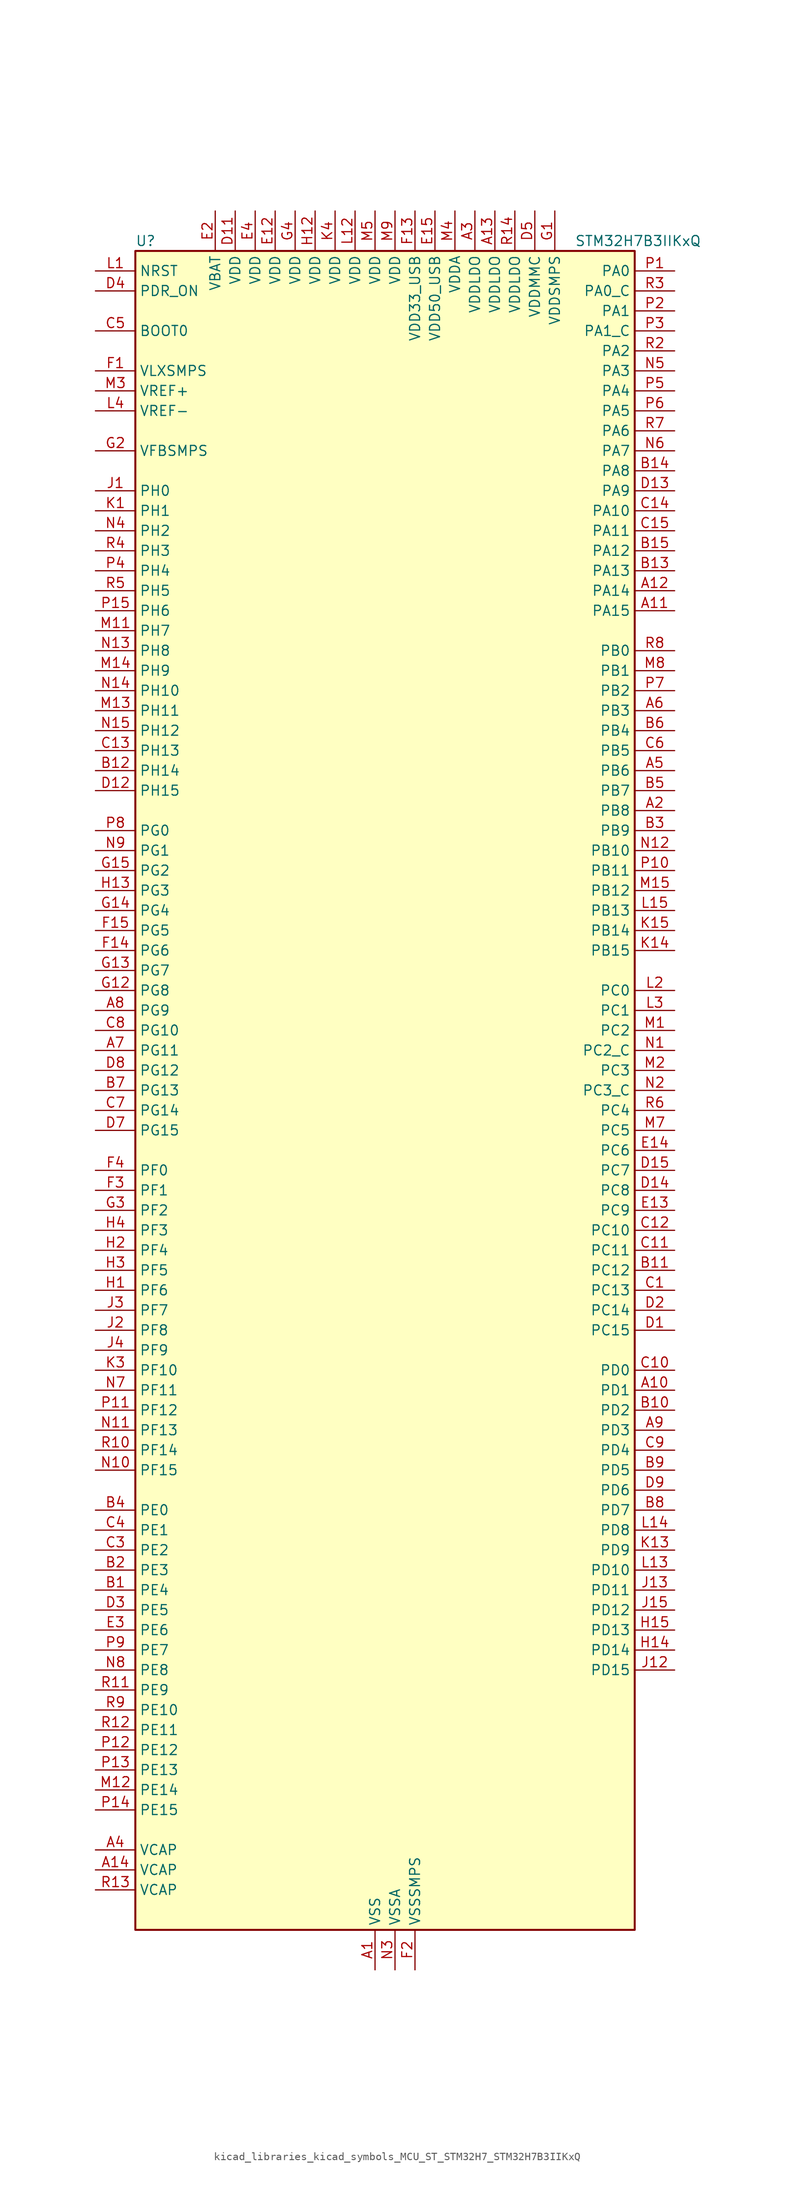
<source format=kicad_sym>
(kicad_symbol_lib
  (version 20220914)
  (generator kicad_symbol_editor)
  (symbol "kicad_libraries_kicad_symbols_MCU_ST_STM32H7_STM32H7B3IIKxQ"
    (property "Reference" "U"
      (at -30.48 107.95 0)
      (effects (font (size 1.27 1.27)) (justify left)))
    (property "Value" "STM32H7B3IIKxQ"
      (at 25.4 107.95 0)
      (effects (font (size 1.27 1.27)) (justify left)))
    (property "ki_locked" ""
      (at 0 0 0)
      (effects (font (size 1.27 1.27))))
    (symbol "kicad_libraries_kicad_symbols_MCU_ST_STM32H7_STM32H7B3IIKxQ_0_1"
      (rectangle (start -30.48 -106.68) (end 33.02 106.68) (stroke (width 0.254) (type default)) (fill (type background))))
    (symbol "kicad_libraries_kicad_symbols_MCU_ST_STM32H7_STM32H7B3IIKxQ_1_1"
      (pin power_in line (at 0 -111.76 90) (length 5.08) (name "VSS" (effects (font (size 1.27 1.27)))) (number "A1" (effects (font (size 1.27 1.27)))))
      (pin bidirectional line (at 38.1 -38.1 180) (length 5.08) (name "PD1" (effects (font (size 1.27 1.27)))) (number "A10" (effects (font (size 1.27 1.27)))) (alternate "DFSDM1_DATIN6" bidirectional line) (alternate "FDCAN1_TX" bidirectional line) (alternate "FMC_D3" bidirectional line) (alternate "FMC_DA3" bidirectional line) (alternate "UART4_TX" bidirectional line))
      (pin bidirectional line (at 38.1 60.96 180) (length 5.08) (name "PA15" (effects (font (size 1.27 1.27)))) (number "A11" (effects (font (size 1.27 1.27)))) (alternate "ADC1_EXTI15" bidirectional line) (alternate "ADC2_EXTI15" bidirectional line) (alternate "CEC" bidirectional line) (alternate "DEBUG_JTDI" bidirectional line) (alternate "I2S1_WS" bidirectional line) (alternate "I2S3_WS" bidirectional line) (alternate "I2S6_WS" bidirectional line) (alternate "LTDC_B6" bidirectional line) (alternate "LTDC_R3" bidirectional line) (alternate "SPI1_NSS" bidirectional line) (alternate "SPI3_NSS" bidirectional line) (alternate "SPI6_NSS" bidirectional line) (alternate "TIM2_CH1" bidirectional line) (alternate "TIM2_ETR" bidirectional line) (alternate "UART4_DE" bidirectional line) (alternate "UART4_RTS" bidirectional line) (alternate "UART7_TX" bidirectional line))
      (pin bidirectional line (at 38.1 63.5 180) (length 5.08) (name "PA14" (effects (font (size 1.27 1.27)))) (number "A12" (effects (font (size 1.27 1.27)))) (alternate "DEBUG_JTCK-SWCLK" bidirectional line))
      (pin power_in line (at 15.24 111.76 270) (length 5.08) (name "VDDLDO" (effects (font (size 1.27 1.27)))) (number "A13" (effects (font (size 1.27 1.27)))))
      (pin power_out line (at -35.56 -99.06 0) (length 5.08) (name "VCAP" (effects (font (size 1.27 1.27)))) (number "A14" (effects (font (size 1.27 1.27)))))
      (pin passive line (at 0 -111.76 90) (length 5.08) hide (name "VSS" (effects (font (size 1.27 1.27)))) (number "A15" (effects (font (size 1.27 1.27)))))
      (pin bidirectional line (at 38.1 35.56 180) (length 5.08) (name "PB8" (effects (font (size 1.27 1.27)))) (number "A2" (effects (font (size 1.27 1.27)))) (alternate "DCMI_D6" bidirectional line) (alternate "DFSDM1_CKIN7" bidirectional line) (alternate "FDCAN1_RX" bidirectional line) (alternate "I2C1_SCL" bidirectional line) (alternate "I2C4_SCL" bidirectional line) (alternate "LTDC_B6" bidirectional line) (alternate "PSSI_D6" bidirectional line) (alternate "SDMMC1_CKIN" bidirectional line) (alternate "SDMMC1_D4" bidirectional line) (alternate "SDMMC2_D4" bidirectional line) (alternate "TIM16_CH1" bidirectional line) (alternate "TIM4_CH3" bidirectional line) (alternate "UART4_RX" bidirectional line))
      (pin power_in line (at 12.7 111.76 270) (length 5.08) (name "VDDLDO" (effects (font (size 1.27 1.27)))) (number "A3" (effects (font (size 1.27 1.27)))))
      (pin power_out line (at -35.56 -96.52 0) (length 5.08) (name "VCAP" (effects (font (size 1.27 1.27)))) (number "A4" (effects (font (size 1.27 1.27)))))
      (pin bidirectional line (at 38.1 40.64 180) (length 5.08) (name "PB6" (effects (font (size 1.27 1.27)))) (number "A5" (effects (font (size 1.27 1.27)))) (alternate "CEC" bidirectional line) (alternate "DCMI_D5" bidirectional line) (alternate "DFSDM1_DATIN5" bidirectional line) (alternate "FDCAN2_TX" bidirectional line) (alternate "FMC_SDNE1" bidirectional line) (alternate "I2C1_SCL" bidirectional line) (alternate "I2C4_SCL" bidirectional line) (alternate "LPUART1_TX" bidirectional line) (alternate "OCTOSPIM_P1_NCS" bidirectional line) (alternate "PSSI_D5" bidirectional line) (alternate "TIM16_CH1N" bidirectional line) (alternate "TIM4_CH1" bidirectional line) (alternate "UART5_TX" bidirectional line) (alternate "USART1_TX" bidirectional line))
      (pin bidirectional line (at 38.1 48.26 180) (length 5.08) (name "PB3" (effects (font (size 1.27 1.27)))) (number "A6" (effects (font (size 1.27 1.27)))) (alternate "CRS_SYNC" bidirectional line) (alternate "DEBUG_JTDO-SWO" bidirectional line) (alternate "I2S1_CK" bidirectional line) (alternate "I2S3_CK" bidirectional line) (alternate "I2S6_CK" bidirectional line) (alternate "SDMMC2_D2" bidirectional line) (alternate "SPI1_SCK" bidirectional line) (alternate "SPI3_SCK" bidirectional line) (alternate "SPI6_SCK" bidirectional line) (alternate "TIM2_CH2" bidirectional line) (alternate "UART7_RX" bidirectional line))
      (pin bidirectional line (at -35.56 5.08 0) (length 5.08) (name "PG11" (effects (font (size 1.27 1.27)))) (number "A7" (effects (font (size 1.27 1.27)))) (alternate "ADC1_EXTI11" bidirectional line) (alternate "ADC2_EXTI11" bidirectional line) (alternate "DCMI_D3" bidirectional line) (alternate "I2S1_CK" bidirectional line) (alternate "LPTIM1_IN2" bidirectional line) (alternate "LTDC_B3" bidirectional line) (alternate "OCTOSPIM_P2_IO7" bidirectional line) (alternate "PSSI_D3" bidirectional line) (alternate "SDMMC2_D2" bidirectional line) (alternate "SPDIFRX_IN0" bidirectional line) (alternate "SPI1_SCK" bidirectional line) (alternate "USART10_RX" bidirectional line))
      (pin bidirectional line (at -35.56 10.16 0) (length 5.08) (name "PG9" (effects (font (size 1.27 1.27)))) (number "A8" (effects (font (size 1.27 1.27)))) (alternate "DAC1_EXTI9" bidirectional line) (alternate "DCMI_VSYNC" bidirectional line) (alternate "FMC_NCE" bidirectional line) (alternate "FMC_NE2" bidirectional line) (alternate "I2S1_SDI" bidirectional line) (alternate "OCTOSPIM_P1_IO6" bidirectional line) (alternate "PSSI_RDY" bidirectional line) (alternate "SAI2_FS_B" bidirectional line) (alternate "SDMMC2_D0" bidirectional line) (alternate "SPDIFRX_IN3" bidirectional line) (alternate "SPI1_MISO" bidirectional line) (alternate "USART6_RX" bidirectional line))
      (pin bidirectional line (at 38.1 -43.18 180) (length 5.08) (name "PD3" (effects (font (size 1.27 1.27)))) (number "A9" (effects (font (size 1.27 1.27)))) (alternate "DCMI_D5" bidirectional line) (alternate "DFSDM1_CKOUT" bidirectional line) (alternate "FMC_CLK" bidirectional line) (alternate "I2S2_CK" bidirectional line) (alternate "LTDC_G7" bidirectional line) (alternate "PSSI_D5" bidirectional line) (alternate "SPI2_SCK" bidirectional line) (alternate "USART2_CTS" bidirectional line) (alternate "USART2_NSS" bidirectional line))
      (pin bidirectional line (at -35.56 -63.5 0) (length 5.08) (name "PE4" (effects (font (size 1.27 1.27)))) (number "B1" (effects (font (size 1.27 1.27)))) (alternate "DCMI_D4" bidirectional line) (alternate "DEBUG_TRACED1" bidirectional line) (alternate "DFSDM1_DATIN3" bidirectional line) (alternate "FMC_A20" bidirectional line) (alternate "LTDC_B0" bidirectional line) (alternate "PSSI_D4" bidirectional line) (alternate "SAI1_D2" bidirectional line) (alternate "SAI1_FS_A" bidirectional line) (alternate "SPI4_NSS" bidirectional line) (alternate "TIM15_CH1N" bidirectional line))
      (pin bidirectional line (at 38.1 -40.64 180) (length 5.08) (name "PD2" (effects (font (size 1.27 1.27)))) (number "B10" (effects (font (size 1.27 1.27)))) (alternate "DCMI_D11" bidirectional line) (alternate "DEBUG_TRACED2" bidirectional line) (alternate "LTDC_B2" bidirectional line) (alternate "LTDC_B7" bidirectional line) (alternate "PSSI_D11" bidirectional line) (alternate "SDMMC1_CMD" bidirectional line) (alternate "TIM15_BKIN" bidirectional line) (alternate "TIM3_ETR" bidirectional line) (alternate "UART5_RX" bidirectional line))
      (pin bidirectional line (at 38.1 -22.86 180) (length 5.08) (name "PC12" (effects (font (size 1.27 1.27)))) (number "B11" (effects (font (size 1.27 1.27)))) (alternate "DCMI_D9" bidirectional line) (alternate "DEBUG_TRACED3" bidirectional line) (alternate "DFSDM2_CKOUT" bidirectional line) (alternate "I2S3_SDO" bidirectional line) (alternate "I2S6_CK" bidirectional line) (alternate "LTDC_R6" bidirectional line) (alternate "PSSI_D9" bidirectional line) (alternate "SDMMC1_CK" bidirectional line) (alternate "SPI3_MOSI" bidirectional line) (alternate "SPI6_SCK" bidirectional line) (alternate "TIM15_CH1" bidirectional line) (alternate "UART5_TX" bidirectional line) (alternate "USART3_CK" bidirectional line))
      (pin bidirectional line (at -35.56 40.64 0) (length 5.08) (name "PH14" (effects (font (size 1.27 1.27)))) (number "B12" (effects (font (size 1.27 1.27)))) (alternate "DCMI_D4" bidirectional line) (alternate "FDCAN1_RX" bidirectional line) (alternate "FMC_D22" bidirectional line) (alternate "LTDC_G3" bidirectional line) (alternate "PSSI_D4" bidirectional line) (alternate "TIM8_CH2N" bidirectional line) (alternate "UART4_RX" bidirectional line))
      (pin bidirectional line (at 38.1 66.04 180) (length 5.08) (name "PA13" (effects (font (size 1.27 1.27)))) (number "B13" (effects (font (size 1.27 1.27)))) (alternate "DEBUG_JTMS-SWDIO" bidirectional line))
      (pin bidirectional line (at 38.1 78.74 180) (length 5.08) (name "PA8" (effects (font (size 1.27 1.27)))) (number "B14" (effects (font (size 1.27 1.27)))) (alternate "I2C3_SCL" bidirectional line) (alternate "LTDC_B3" bidirectional line) (alternate "LTDC_R6" bidirectional line) (alternate "RCC_MCO_1" bidirectional line) (alternate "TIM1_CH1" bidirectional line) (alternate "TIM8_BKIN2" bidirectional line) (alternate "TIM8_BKIN2_COMP1" bidirectional line) (alternate "TIM8_BKIN2_COMP2" bidirectional line) (alternate "UART7_RX" bidirectional line) (alternate "USART1_CK" bidirectional line) (alternate "USB_OTG_HS_SOF" bidirectional line))
      (pin bidirectional line (at 38.1 68.58 180) (length 5.08) (name "PA12" (effects (font (size 1.27 1.27)))) (number "B15" (effects (font (size 1.27 1.27)))) (alternate "FDCAN1_TX" bidirectional line) (alternate "I2S2_CK" bidirectional line) (alternate "LPUART1_DE" bidirectional line) (alternate "LPUART1_RTS" bidirectional line) (alternate "LTDC_R5" bidirectional line) (alternate "SAI2_FS_B" bidirectional line) (alternate "SPI2_SCK" bidirectional line) (alternate "TIM1_ETR" bidirectional line) (alternate "UART4_TX" bidirectional line) (alternate "USART1_DE" bidirectional line) (alternate "USART1_RTS" bidirectional line) (alternate "USB_OTG_HS_DP" bidirectional line))
      (pin bidirectional line (at -35.56 -60.96 0) (length 5.08) (name "PE3" (effects (font (size 1.27 1.27)))) (number "B2" (effects (font (size 1.27 1.27)))) (alternate "DEBUG_TRACED0" bidirectional line) (alternate "FMC_A19" bidirectional line) (alternate "SAI1_SD_B" bidirectional line) (alternate "TIM15_BKIN" bidirectional line) (alternate "USART10_TX" bidirectional line))
      (pin bidirectional line (at 38.1 33.02 180) (length 5.08) (name "PB9" (effects (font (size 1.27 1.27)))) (number "B3" (effects (font (size 1.27 1.27)))) (alternate "DAC1_EXTI9" bidirectional line) (alternate "DCMI_D7" bidirectional line) (alternate "DFSDM1_DATIN7" bidirectional line) (alternate "FDCAN1_TX" bidirectional line) (alternate "I2C1_SDA" bidirectional line) (alternate "I2C4_SDA" bidirectional line) (alternate "I2C4_SMBA" bidirectional line) (alternate "I2S2_WS" bidirectional line) (alternate "LTDC_B7" bidirectional line) (alternate "PSSI_D7" bidirectional line) (alternate "SDMMC1_CDIR" bidirectional line) (alternate "SDMMC1_D5" bidirectional line) (alternate "SDMMC2_D5" bidirectional line) (alternate "SPI2_NSS" bidirectional line) (alternate "TIM17_CH1" bidirectional line) (alternate "TIM4_CH4" bidirectional line) (alternate "UART4_TX" bidirectional line))
      (pin bidirectional line (at -35.56 -53.34 0) (length 5.08) (name "PE0" (effects (font (size 1.27 1.27)))) (number "B4" (effects (font (size 1.27 1.27)))) (alternate "DCMI_D2" bidirectional line) (alternate "FMC_NBL0" bidirectional line) (alternate "LPTIM1_ETR" bidirectional line) (alternate "LPTIM2_ETR" bidirectional line) (alternate "LTDC_R0" bidirectional line) (alternate "PSSI_D2" bidirectional line) (alternate "SAI2_MCLK_A" bidirectional line) (alternate "TIM4_ETR" bidirectional line) (alternate "UART8_RX" bidirectional line))
      (pin bidirectional line (at 38.1 38.1 180) (length 5.08) (name "PB7" (effects (font (size 1.27 1.27)))) (number "B5" (effects (font (size 1.27 1.27)))) (alternate "DCMI_VSYNC" bidirectional line) (alternate "DFSDM1_CKIN5" bidirectional line) (alternate "FMC_NL" bidirectional line) (alternate "I2C1_SDA" bidirectional line) (alternate "I2C4_SDA" bidirectional line) (alternate "LPUART1_RX" bidirectional line) (alternate "PSSI_RDY" bidirectional line) (alternate "PWR_PVD_IN" bidirectional line) (alternate "TIM17_CH1N" bidirectional line) (alternate "TIM4_CH2" bidirectional line) (alternate "USART1_RX" bidirectional line))
      (pin bidirectional line (at 38.1 45.72 180) (length 5.08) (name "PB4" (effects (font (size 1.27 1.27)))) (number "B6" (effects (font (size 1.27 1.27)))) (alternate "DEBUG_JTRST" bidirectional line) (alternate "I2S1_SDI" bidirectional line) (alternate "I2S2_WS" bidirectional line) (alternate "I2S3_SDI" bidirectional line) (alternate "I2S6_SDI" bidirectional line) (alternate "SDMMC2_D3" bidirectional line) (alternate "SPI1_MISO" bidirectional line) (alternate "SPI2_NSS" bidirectional line) (alternate "SPI3_MISO" bidirectional line) (alternate "SPI6_MISO" bidirectional line) (alternate "TIM16_BKIN" bidirectional line) (alternate "TIM3_CH1" bidirectional line) (alternate "UART7_TX" bidirectional line))
      (pin bidirectional line (at -35.56 0 0) (length 5.08) (name "PG13" (effects (font (size 1.27 1.27)))) (number "B7" (effects (font (size 1.27 1.27)))) (alternate "DEBUG_TRACED0" bidirectional line) (alternate "FMC_A24" bidirectional line) (alternate "I2S6_CK" bidirectional line) (alternate "LPTIM1_OUT" bidirectional line) (alternate "LTDC_R0" bidirectional line) (alternate "SDMMC2_D6" bidirectional line) (alternate "SPI6_SCK" bidirectional line) (alternate "USART10_CTS" bidirectional line) (alternate "USART10_NSS" bidirectional line) (alternate "USART6_CTS" bidirectional line) (alternate "USART6_NSS" bidirectional line))
      (pin bidirectional line (at 38.1 -53.34 180) (length 5.08) (name "PD7" (effects (font (size 1.27 1.27)))) (number "B8" (effects (font (size 1.27 1.27)))) (alternate "DFSDM1_CKIN1" bidirectional line) (alternate "DFSDM1_DATIN4" bidirectional line) (alternate "FMC_NE1" bidirectional line) (alternate "I2S1_SDO" bidirectional line) (alternate "OCTOSPIM_P1_IO7" bidirectional line) (alternate "SDMMC2_CMD" bidirectional line) (alternate "SPDIFRX_IN0" bidirectional line) (alternate "SPI1_MOSI" bidirectional line) (alternate "USART2_CK" bidirectional line))
      (pin bidirectional line (at 38.1 -48.26 180) (length 5.08) (name "PD5" (effects (font (size 1.27 1.27)))) (number "B9" (effects (font (size 1.27 1.27)))) (alternate "FMC_NWE" bidirectional line) (alternate "OCTOSPIM_P1_IO5" bidirectional line) (alternate "USART2_TX" bidirectional line))
      (pin bidirectional line (at 38.1 -25.4 180) (length 5.08) (name "PC13" (effects (font (size 1.27 1.27)))) (number "C1" (effects (font (size 1.27 1.27)))) (alternate "PWR_WKUP4" bidirectional line) (alternate "RTC_OUT_ALARM" bidirectional line) (alternate "RTC_OUT_CALIB" bidirectional line) (alternate "RTC_TAMP1" bidirectional line) (alternate "RTC_TS" bidirectional line))
      (pin bidirectional line (at 38.1 -35.56 180) (length 5.08) (name "PD0" (effects (font (size 1.27 1.27)))) (number "C10" (effects (font (size 1.27 1.27)))) (alternate "DFSDM1_CKIN6" bidirectional line) (alternate "FDCAN1_RX" bidirectional line) (alternate "FMC_D2" bidirectional line) (alternate "FMC_DA2" bidirectional line) (alternate "LTDC_B1" bidirectional line) (alternate "UART4_RX" bidirectional line) (alternate "UART9_CTS" bidirectional line))
      (pin bidirectional line (at 38.1 -20.32 180) (length 5.08) (name "PC11" (effects (font (size 1.27 1.27)))) (number "C11" (effects (font (size 1.27 1.27)))) (alternate "ADC1_EXTI11" bidirectional line) (alternate "ADC2_EXTI11" bidirectional line) (alternate "DCMI_D4" bidirectional line) (alternate "DFSDM1_DATIN5" bidirectional line) (alternate "DFSDM2_DATIN0" bidirectional line) (alternate "I2S3_SDI" bidirectional line) (alternate "LTDC_B4" bidirectional line) (alternate "OCTOSPIM_P1_NCS" bidirectional line) (alternate "PSSI_D4" bidirectional line) (alternate "SDMMC1_D3" bidirectional line) (alternate "SPI3_MISO" bidirectional line) (alternate "UART4_RX" bidirectional line) (alternate "USART3_RX" bidirectional line))
      (pin bidirectional line (at 38.1 -17.78 180) (length 5.08) (name "PC10" (effects (font (size 1.27 1.27)))) (number "C12" (effects (font (size 1.27 1.27)))) (alternate "DCMI_D8" bidirectional line) (alternate "DFSDM1_CKIN5" bidirectional line) (alternate "DFSDM2_CKIN0" bidirectional line) (alternate "I2S3_CK" bidirectional line) (alternate "LTDC_B1" bidirectional line) (alternate "LTDC_R2" bidirectional line) (alternate "OCTOSPIM_P1_IO1" bidirectional line) (alternate "PSSI_D8" bidirectional line) (alternate "SDMMC1_D2" bidirectional line) (alternate "SPI3_SCK" bidirectional line) (alternate "SWPMI1_RX" bidirectional line) (alternate "UART4_TX" bidirectional line) (alternate "USART3_TX" bidirectional line))
      (pin bidirectional line (at -35.56 43.18 0) (length 5.08) (name "PH13" (effects (font (size 1.27 1.27)))) (number "C13" (effects (font (size 1.27 1.27)))) (alternate "FDCAN1_TX" bidirectional line) (alternate "FMC_D21" bidirectional line) (alternate "LTDC_G2" bidirectional line) (alternate "TIM8_CH1N" bidirectional line) (alternate "UART4_TX" bidirectional line))
      (pin bidirectional line (at 38.1 73.66 180) (length 5.08) (name "PA10" (effects (font (size 1.27 1.27)))) (number "C14" (effects (font (size 1.27 1.27)))) (alternate "DCMI_D1" bidirectional line) (alternate "LPUART1_RX" bidirectional line) (alternate "LTDC_B1" bidirectional line) (alternate "LTDC_B4" bidirectional line) (alternate "MDIOS_MDIO" bidirectional line) (alternate "PSSI_D1" bidirectional line) (alternate "TIM1_CH3" bidirectional line) (alternate "USART1_RX" bidirectional line) (alternate "USB_OTG_HS_ID" bidirectional line))
      (pin bidirectional line (at 38.1 71.12 180) (length 5.08) (name "PA11" (effects (font (size 1.27 1.27)))) (number "C15" (effects (font (size 1.27 1.27)))) (alternate "ADC1_EXTI11" bidirectional line) (alternate "ADC2_EXTI11" bidirectional line) (alternate "FDCAN1_RX" bidirectional line) (alternate "I2S2_WS" bidirectional line) (alternate "LPUART1_CTS" bidirectional line) (alternate "LTDC_R4" bidirectional line) (alternate "SPI2_NSS" bidirectional line) (alternate "TIM1_CH4" bidirectional line) (alternate "UART4_RX" bidirectional line) (alternate "USART1_CTS" bidirectional line) (alternate "USART1_NSS" bidirectional line) (alternate "USB_OTG_HS_DM" bidirectional line))
      (pin passive line (at 0 -111.76 90) (length 5.08) hide (name "VSS" (effects (font (size 1.27 1.27)))) (number "C2" (effects (font (size 1.27 1.27)))))
      (pin bidirectional line (at -35.56 -58.42 0) (length 5.08) (name "PE2" (effects (font (size 1.27 1.27)))) (number "C3" (effects (font (size 1.27 1.27)))) (alternate "DEBUG_TRACECLK" bidirectional line) (alternate "FMC_A23" bidirectional line) (alternate "OCTOSPIM_P1_IO2" bidirectional line) (alternate "SAI1_CK1" bidirectional line) (alternate "SAI1_MCLK_A" bidirectional line) (alternate "SPI4_SCK" bidirectional line) (alternate "USART10_RX" bidirectional line))
      (pin bidirectional line (at -35.56 -55.88 0) (length 5.08) (name "PE1" (effects (font (size 1.27 1.27)))) (number "C4" (effects (font (size 1.27 1.27)))) (alternate "DCMI_D3" bidirectional line) (alternate "FMC_NBL1" bidirectional line) (alternate "LPTIM1_IN2" bidirectional line) (alternate "LTDC_R6" bidirectional line) (alternate "PSSI_D3" bidirectional line) (alternate "UART8_TX" bidirectional line))
      (pin input line (at -35.56 96.52 0) (length 5.08) (name "BOOT0" (effects (font (size 1.27 1.27)))) (number "C5" (effects (font (size 1.27 1.27)))))
      (pin bidirectional line (at 38.1 43.18 180) (length 5.08) (name "PB5" (effects (font (size 1.27 1.27)))) (number "C6" (effects (font (size 1.27 1.27)))) (alternate "DCMI_D10" bidirectional line) (alternate "FDCAN2_RX" bidirectional line) (alternate "FMC_SDCKE1" bidirectional line) (alternate "I2C1_SMBA" bidirectional line) (alternate "I2C4_SMBA" bidirectional line) (alternate "I2S1_SDO" bidirectional line) (alternate "I2S3_SDO" bidirectional line) (alternate "I2S6_SDO" bidirectional line) (alternate "LTDC_B5" bidirectional line) (alternate "PSSI_D10" bidirectional line) (alternate "SPI1_MOSI" bidirectional line) (alternate "SPI3_MOSI" bidirectional line) (alternate "SPI6_MOSI" bidirectional line) (alternate "TIM17_BKIN" bidirectional line) (alternate "TIM3_CH2" bidirectional line) (alternate "UART5_RX" bidirectional line) (alternate "USB_OTG_HS_ULPI_D7" bidirectional line))
      (pin bidirectional line (at -35.56 -2.54 0) (length 5.08) (name "PG14" (effects (font (size 1.27 1.27)))) (number "C7" (effects (font (size 1.27 1.27)))) (alternate "DEBUG_TRACED1" bidirectional line) (alternate "FMC_A25" bidirectional line) (alternate "I2S6_SDO" bidirectional line) (alternate "LPTIM1_ETR" bidirectional line) (alternate "LTDC_B0" bidirectional line) (alternate "OCTOSPIM_P1_IO7" bidirectional line) (alternate "SDMMC2_D7" bidirectional line) (alternate "SPI6_MOSI" bidirectional line) (alternate "USART10_DE" bidirectional line) (alternate "USART10_RTS" bidirectional line) (alternate "USART6_TX" bidirectional line))
      (pin bidirectional line (at -35.56 7.62 0) (length 5.08) (name "PG10" (effects (font (size 1.27 1.27)))) (number "C8" (effects (font (size 1.27 1.27)))) (alternate "DCMI_D2" bidirectional line) (alternate "FMC_NE3" bidirectional line) (alternate "I2S1_WS" bidirectional line) (alternate "LTDC_B2" bidirectional line) (alternate "LTDC_G3" bidirectional line) (alternate "OCTOSPIM_P2_IO6" bidirectional line) (alternate "PSSI_D2" bidirectional line) (alternate "SAI2_SD_B" bidirectional line) (alternate "SDMMC2_D1" bidirectional line) (alternate "SPI1_NSS" bidirectional line))
      (pin bidirectional line (at 38.1 -45.72 180) (length 5.08) (name "PD4" (effects (font (size 1.27 1.27)))) (number "C9" (effects (font (size 1.27 1.27)))) (alternate "FMC_NOE" bidirectional line) (alternate "OCTOSPIM_P1_IO4" bidirectional line) (alternate "USART2_DE" bidirectional line) (alternate "USART2_RTS" bidirectional line))
      (pin bidirectional line (at 38.1 -30.48 180) (length 5.08) (name "PC15" (effects (font (size 1.27 1.27)))) (number "D1" (effects (font (size 1.27 1.27)))) (alternate "ADC1_EXTI15" bidirectional line) (alternate "ADC2_EXTI15" bidirectional line) (alternate "RCC_OSC32_OUT" bidirectional line))
      (pin passive line (at 0 -111.76 90) (length 5.08) hide (name "VSS" (effects (font (size 1.27 1.27)))) (number "D10" (effects (font (size 1.27 1.27)))))
      (pin power_in line (at -17.78 111.76 270) (length 5.08) (name "VDD" (effects (font (size 1.27 1.27)))) (number "D11" (effects (font (size 1.27 1.27)))))
      (pin bidirectional line (at -35.56 38.1 0) (length 5.08) (name "PH15" (effects (font (size 1.27 1.27)))) (number "D12" (effects (font (size 1.27 1.27)))) (alternate "ADC1_EXTI15" bidirectional line) (alternate "ADC2_EXTI15" bidirectional line) (alternate "DCMI_D11" bidirectional line) (alternate "FMC_D23" bidirectional line) (alternate "LTDC_G4" bidirectional line) (alternate "PSSI_D11" bidirectional line) (alternate "TIM8_CH3N" bidirectional line))
      (pin bidirectional line (at 38.1 76.2 180) (length 5.08) (name "PA9" (effects (font (size 1.27 1.27)))) (number "D13" (effects (font (size 1.27 1.27)))) (alternate "DAC1_EXTI9" bidirectional line) (alternate "DCMI_D0" bidirectional line) (alternate "I2C3_SMBA" bidirectional line) (alternate "I2S2_CK" bidirectional line) (alternate "LPUART1_TX" bidirectional line) (alternate "LTDC_R5" bidirectional line) (alternate "PSSI_D0" bidirectional line) (alternate "SPI2_SCK" bidirectional line) (alternate "TIM1_CH2" bidirectional line) (alternate "USART1_TX" bidirectional line) (alternate "USB_OTG_HS_VBUS" bidirectional line))
      (pin bidirectional line (at 38.1 -12.7 180) (length 5.08) (name "PC8" (effects (font (size 1.27 1.27)))) (number "D14" (effects (font (size 1.27 1.27)))) (alternate "DCMI_D2" bidirectional line) (alternate "DEBUG_TRACED1" bidirectional line) (alternate "FMC_INT" bidirectional line) (alternate "FMC_NCE" bidirectional line) (alternate "FMC_NE2" bidirectional line) (alternate "PSSI_D2" bidirectional line) (alternate "SDMMC1_D0" bidirectional line) (alternate "SWPMI1_RX" bidirectional line) (alternate "TIM3_CH3" bidirectional line) (alternate "TIM8_CH3" bidirectional line) (alternate "UART5_DE" bidirectional line) (alternate "UART5_RTS" bidirectional line) (alternate "USART6_CK" bidirectional line))
      (pin bidirectional line (at 38.1 -10.16 180) (length 5.08) (name "PC7" (effects (font (size 1.27 1.27)))) (number "D15" (effects (font (size 1.27 1.27)))) (alternate "DCMI_D1" bidirectional line) (alternate "DEBUG_TRGIO" bidirectional line) (alternate "DFSDM1_DATIN3" bidirectional line) (alternate "FMC_NE1" bidirectional line) (alternate "I2S3_MCK" bidirectional line) (alternate "LTDC_G6" bidirectional line) (alternate "PSSI_D1" bidirectional line) (alternate "SDMMC1_D123DIR" bidirectional line) (alternate "SDMMC1_D7" bidirectional line) (alternate "SDMMC2_D7" bidirectional line) (alternate "SWPMI1_TX" bidirectional line) (alternate "TIM3_CH2" bidirectional line) (alternate "TIM8_CH2" bidirectional line) (alternate "USART6_RX" bidirectional line))
      (pin bidirectional line (at 38.1 -27.94 180) (length 5.08) (name "PC14" (effects (font (size 1.27 1.27)))) (number "D2" (effects (font (size 1.27 1.27)))) (alternate "RCC_OSC32_IN" bidirectional line))
      (pin bidirectional line (at -35.56 -66.04 0) (length 5.08) (name "PE5" (effects (font (size 1.27 1.27)))) (number "D3" (effects (font (size 1.27 1.27)))) (alternate "DCMI_D6" bidirectional line) (alternate "DEBUG_TRACED2" bidirectional line) (alternate "DFSDM1_CKIN3" bidirectional line) (alternate "FMC_A21" bidirectional line) (alternate "LTDC_G0" bidirectional line) (alternate "PSSI_D6" bidirectional line) (alternate "SAI1_CK2" bidirectional line) (alternate "SAI1_SCK_A" bidirectional line) (alternate "SPI4_MISO" bidirectional line) (alternate "TIM15_CH1" bidirectional line))
      (pin input line (at -35.56 101.6 0) (length 5.08) (name "PDR_ON" (effects (font (size 1.27 1.27)))) (number "D4" (effects (font (size 1.27 1.27)))))
      (pin power_in line (at 20.32 111.76 270) (length 5.08) (name "VDDMMC" (effects (font (size 1.27 1.27)))) (number "D5" (effects (font (size 1.27 1.27)))))
      (pin passive line (at 0 -111.76 90) (length 5.08) hide (name "VSS" (effects (font (size 1.27 1.27)))) (number "D6" (effects (font (size 1.27 1.27)))))
      (pin bidirectional line (at -35.56 -5.08 0) (length 5.08) (name "PG15" (effects (font (size 1.27 1.27)))) (number "D7" (effects (font (size 1.27 1.27)))) (alternate "ADC1_EXTI15" bidirectional line) (alternate "ADC2_EXTI15" bidirectional line) (alternate "DCMI_D13" bidirectional line) (alternate "FMC_SDNCAS" bidirectional line) (alternate "OCTOSPIM_P2_DQS" bidirectional line) (alternate "PSSI_D13" bidirectional line) (alternate "USART10_CK" bidirectional line) (alternate "USART6_CTS" bidirectional line) (alternate "USART6_NSS" bidirectional line))
      (pin bidirectional line (at -35.56 2.54 0) (length 5.08) (name "PG12" (effects (font (size 1.27 1.27)))) (number "D8" (effects (font (size 1.27 1.27)))) (alternate "FMC_NE4" bidirectional line) (alternate "I2S6_SDI" bidirectional line) (alternate "LPTIM1_IN1" bidirectional line) (alternate "LTDC_B1" bidirectional line) (alternate "LTDC_B4" bidirectional line) (alternate "OCTOSPIM_P2_NCS" bidirectional line) (alternate "SDMMC2_D3" bidirectional line) (alternate "SPDIFRX_IN1" bidirectional line) (alternate "SPI6_MISO" bidirectional line) (alternate "USART10_TX" bidirectional line) (alternate "USART6_DE" bidirectional line) (alternate "USART6_RTS" bidirectional line))
      (pin bidirectional line (at 38.1 -50.8 180) (length 5.08) (name "PD6" (effects (font (size 1.27 1.27)))) (number "D9" (effects (font (size 1.27 1.27)))) (alternate "DCMI_D10" bidirectional line) (alternate "DFSDM1_CKIN4" bidirectional line) (alternate "DFSDM1_DATIN1" bidirectional line) (alternate "FMC_NWAIT" bidirectional line) (alternate "I2S3_SDO" bidirectional line) (alternate "LTDC_B2" bidirectional line) (alternate "OCTOSPIM_P1_IO6" bidirectional line) (alternate "PSSI_D10" bidirectional line) (alternate "SAI1_D1" bidirectional line) (alternate "SAI1_SD_A" bidirectional line) (alternate "SDMMC2_CK" bidirectional line) (alternate "SPI3_MOSI" bidirectional line) (alternate "USART2_RX" bidirectional line))
      (pin passive line (at 0 -111.76 90) (length 5.08) hide (name "VSS" (effects (font (size 1.27 1.27)))) (number "E1" (effects (font (size 1.27 1.27)))))
      (pin power_in line (at -12.7 111.76 270) (length 5.08) (name "VDD" (effects (font (size 1.27 1.27)))) (number "E12" (effects (font (size 1.27 1.27)))))
      (pin bidirectional line (at 38.1 -15.24 180) (length 5.08) (name "PC9" (effects (font (size 1.27 1.27)))) (number "E13" (effects (font (size 1.27 1.27)))) (alternate "DAC1_EXTI9" bidirectional line) (alternate "DCMI_D3" bidirectional line) (alternate "I2C3_SDA" bidirectional line) (alternate "I2S_CKIN" bidirectional line) (alternate "LTDC_B2" bidirectional line) (alternate "LTDC_G3" bidirectional line) (alternate "OCTOSPIM_P1_IO0" bidirectional line) (alternate "PSSI_D3" bidirectional line) (alternate "RCC_MCO_2" bidirectional line) (alternate "SDMMC1_D1" bidirectional line) (alternate "SWPMI1_SUSPEND" bidirectional line) (alternate "TIM3_CH4" bidirectional line) (alternate "TIM8_CH4" bidirectional line) (alternate "UART5_CTS" bidirectional line))
      (pin bidirectional line (at 38.1 -7.62 180) (length 5.08) (name "PC6" (effects (font (size 1.27 1.27)))) (number "E14" (effects (font (size 1.27 1.27)))) (alternate "DCMI_D0" bidirectional line) (alternate "DFSDM1_CKIN3" bidirectional line) (alternate "FMC_NWAIT" bidirectional line) (alternate "I2S2_MCK" bidirectional line) (alternate "LTDC_HSYNC" bidirectional line) (alternate "PSSI_D0" bidirectional line) (alternate "SDMMC1_D0DIR" bidirectional line) (alternate "SDMMC1_D6" bidirectional line) (alternate "SDMMC2_D6" bidirectional line) (alternate "SWPMI1_IO" bidirectional line) (alternate "TIM3_CH1" bidirectional line) (alternate "TIM8_CH1" bidirectional line) (alternate "USART6_TX" bidirectional line))
      (pin power_in line (at 7.62 111.76 270) (length 5.08) (name "VDD50_USB" (effects (font (size 1.27 1.27)))) (number "E15" (effects (font (size 1.27 1.27)))))
      (pin power_in line (at -20.32 111.76 270) (length 5.08) (name "VBAT" (effects (font (size 1.27 1.27)))) (number "E2" (effects (font (size 1.27 1.27)))))
      (pin bidirectional line (at -35.56 -68.58 0) (length 5.08) (name "PE6" (effects (font (size 1.27 1.27)))) (number "E3" (effects (font (size 1.27 1.27)))) (alternate "DCMI_D7" bidirectional line) (alternate "DEBUG_TRACED3" bidirectional line) (alternate "FMC_A22" bidirectional line) (alternate "LTDC_G1" bidirectional line) (alternate "PSSI_D7" bidirectional line) (alternate "SAI1_D1" bidirectional line) (alternate "SAI1_SD_A" bidirectional line) (alternate "SAI2_MCLK_B" bidirectional line) (alternate "SPI4_MOSI" bidirectional line) (alternate "TIM15_CH2" bidirectional line) (alternate "TIM1_BKIN2" bidirectional line) (alternate "TIM1_BKIN2_COMP1" bidirectional line) (alternate "TIM1_BKIN2_COMP2" bidirectional line))
      (pin power_in line (at -15.24 111.76 270) (length 5.08) (name "VDD" (effects (font (size 1.27 1.27)))) (number "E4" (effects (font (size 1.27 1.27)))))
      (pin power_in line (at -35.56 91.44 0) (length 5.08) (name "VLXSMPS" (effects (font (size 1.27 1.27)))) (number "F1" (effects (font (size 1.27 1.27)))))
      (pin passive line (at 0 -111.76 90) (length 5.08) hide (name "VSS" (effects (font (size 1.27 1.27)))) (number "F10" (effects (font (size 1.27 1.27)))))
      (pin passive line (at 0 -111.76 90) (length 5.08) hide (name "VSS" (effects (font (size 1.27 1.27)))) (number "F12" (effects (font (size 1.27 1.27)))))
      (pin power_in line (at 5.08 111.76 270) (length 5.08) (name "VDD33_USB" (effects (font (size 1.27 1.27)))) (number "F13" (effects (font (size 1.27 1.27)))))
      (pin bidirectional line (at -35.56 17.78 0) (length 5.08) (name "PG6" (effects (font (size 1.27 1.27)))) (number "F14" (effects (font (size 1.27 1.27)))) (alternate "DCMI_D12" bidirectional line) (alternate "FMC_NE3" bidirectional line) (alternate "LTDC_R7" bidirectional line) (alternate "OCTOSPIM_P1_NCS" bidirectional line) (alternate "PSSI_D12" bidirectional line) (alternate "TIM17_BKIN" bidirectional line))
      (pin bidirectional line (at -35.56 20.32 0) (length 5.08) (name "PG5" (effects (font (size 1.27 1.27)))) (number "F15" (effects (font (size 1.27 1.27)))) (alternate "FMC_A15" bidirectional line) (alternate "FMC_BA1" bidirectional line) (alternate "TIM1_ETR" bidirectional line))
      (pin power_in line (at 5.08 -111.76 90) (length 5.08) (name "VSSSMPS" (effects (font (size 1.27 1.27)))) (number "F2" (effects (font (size 1.27 1.27)))))
      (pin bidirectional line (at -35.56 -12.7 0) (length 5.08) (name "PF1" (effects (font (size 1.27 1.27)))) (number "F3" (effects (font (size 1.27 1.27)))) (alternate "FMC_A1" bidirectional line) (alternate "I2C2_SCL" bidirectional line) (alternate "OCTOSPIM_P2_IO1" bidirectional line))
      (pin bidirectional line (at -35.56 -10.16 0) (length 5.08) (name "PF0" (effects (font (size 1.27 1.27)))) (number "F4" (effects (font (size 1.27 1.27)))) (alternate "FMC_A0" bidirectional line) (alternate "I2C2_SDA" bidirectional line) (alternate "OCTOSPIM_P2_IO0" bidirectional line))
      (pin passive line (at 0 -111.76 90) (length 5.08) hide (name "VSS" (effects (font (size 1.27 1.27)))) (number "F6" (effects (font (size 1.27 1.27)))))
      (pin passive line (at 0 -111.76 90) (length 5.08) hide (name "VSS" (effects (font (size 1.27 1.27)))) (number "F7" (effects (font (size 1.27 1.27)))))
      (pin passive line (at 0 -111.76 90) (length 5.08) hide (name "VSS" (effects (font (size 1.27 1.27)))) (number "F8" (effects (font (size 1.27 1.27)))))
      (pin passive line (at 0 -111.76 90) (length 5.08) hide (name "VSS" (effects (font (size 1.27 1.27)))) (number "F9" (effects (font (size 1.27 1.27)))))
      (pin power_in line (at 22.86 111.76 270) (length 5.08) (name "VDDSMPS" (effects (font (size 1.27 1.27)))) (number "G1" (effects (font (size 1.27 1.27)))))
      (pin passive line (at 0 -111.76 90) (length 5.08) hide (name "VSS" (effects (font (size 1.27 1.27)))) (number "G10" (effects (font (size 1.27 1.27)))))
      (pin bidirectional line (at -35.56 12.7 0) (length 5.08) (name "PG8" (effects (font (size 1.27 1.27)))) (number "G12" (effects (font (size 1.27 1.27)))) (alternate "FMC_SDCLK" bidirectional line) (alternate "I2S6_WS" bidirectional line) (alternate "LTDC_G7" bidirectional line) (alternate "SPDIFRX_IN2" bidirectional line) (alternate "SPI6_NSS" bidirectional line) (alternate "TIM8_ETR" bidirectional line) (alternate "USART6_DE" bidirectional line) (alternate "USART6_RTS" bidirectional line))
      (pin bidirectional line (at -35.56 15.24 0) (length 5.08) (name "PG7" (effects (font (size 1.27 1.27)))) (number "G13" (effects (font (size 1.27 1.27)))) (alternate "DCMI_D13" bidirectional line) (alternate "FMC_INT" bidirectional line) (alternate "LTDC_CLK" bidirectional line) (alternate "OCTOSPIM_P2_DQS" bidirectional line) (alternate "PSSI_D13" bidirectional line) (alternate "SAI1_MCLK_A" bidirectional line) (alternate "USART6_CK" bidirectional line))
      (pin bidirectional line (at -35.56 22.86 0) (length 5.08) (name "PG4" (effects (font (size 1.27 1.27)))) (number "G14" (effects (font (size 1.27 1.27)))) (alternate "FMC_A14" bidirectional line) (alternate "FMC_BA0" bidirectional line) (alternate "TIM1_BKIN2" bidirectional line) (alternate "TIM1_BKIN2_COMP1" bidirectional line) (alternate "TIM1_BKIN2_COMP2" bidirectional line))
      (pin bidirectional line (at -35.56 27.94 0) (length 5.08) (name "PG2" (effects (font (size 1.27 1.27)))) (number "G15" (effects (font (size 1.27 1.27)))) (alternate "FMC_A12" bidirectional line) (alternate "TIM8_BKIN" bidirectional line) (alternate "TIM8_BKIN_COMP1" bidirectional line) (alternate "TIM8_BKIN_COMP2" bidirectional line))
      (pin input line (at -35.56 81.28 0) (length 5.08) (name "VFBSMPS" (effects (font (size 1.27 1.27)))) (number "G2" (effects (font (size 1.27 1.27)))))
      (pin bidirectional line (at -35.56 -15.24 0) (length 5.08) (name "PF2" (effects (font (size 1.27 1.27)))) (number "G3" (effects (font (size 1.27 1.27)))) (alternate "FMC_A2" bidirectional line) (alternate "I2C2_SMBA" bidirectional line) (alternate "OCTOSPIM_P2_IO2" bidirectional line))
      (pin power_in line (at -10.16 111.76 270) (length 5.08) (name "VDD" (effects (font (size 1.27 1.27)))) (number "G4" (effects (font (size 1.27 1.27)))))
      (pin passive line (at 0 -111.76 90) (length 5.08) hide (name "VSS" (effects (font (size 1.27 1.27)))) (number "G6" (effects (font (size 1.27 1.27)))))
      (pin passive line (at 0 -111.76 90) (length 5.08) hide (name "VSS" (effects (font (size 1.27 1.27)))) (number "G7" (effects (font (size 1.27 1.27)))))
      (pin passive line (at 0 -111.76 90) (length 5.08) hide (name "VSS" (effects (font (size 1.27 1.27)))) (number "G8" (effects (font (size 1.27 1.27)))))
      (pin passive line (at 0 -111.76 90) (length 5.08) hide (name "VSS" (effects (font (size 1.27 1.27)))) (number "G9" (effects (font (size 1.27 1.27)))))
      (pin bidirectional line (at -35.56 -25.4 0) (length 5.08) (name "PF6" (effects (font (size 1.27 1.27)))) (number "H1" (effects (font (size 1.27 1.27)))) (alternate "OCTOSPIM_P1_IO3" bidirectional line) (alternate "SAI1_SD_B" bidirectional line) (alternate "SPI5_NSS" bidirectional line) (alternate "TIM16_CH1" bidirectional line) (alternate "UART7_RX" bidirectional line))
      (pin passive line (at 0 -111.76 90) (length 5.08) hide (name "VSS" (effects (font (size 1.27 1.27)))) (number "H10" (effects (font (size 1.27 1.27)))))
      (pin power_in line (at -7.62 111.76 270) (length 5.08) (name "VDD" (effects (font (size 1.27 1.27)))) (number "H12" (effects (font (size 1.27 1.27)))))
      (pin bidirectional line (at -35.56 25.4 0) (length 5.08) (name "PG3" (effects (font (size 1.27 1.27)))) (number "H13" (effects (font (size 1.27 1.27)))) (alternate "FMC_A13" bidirectional line) (alternate "TIM8_BKIN2" bidirectional line) (alternate "TIM8_BKIN2_COMP1" bidirectional line) (alternate "TIM8_BKIN2_COMP2" bidirectional line))
      (pin bidirectional line (at 38.1 -71.12 180) (length 5.08) (name "PD14" (effects (font (size 1.27 1.27)))) (number "H14" (effects (font (size 1.27 1.27)))) (alternate "FMC_D0" bidirectional line) (alternate "FMC_DA0" bidirectional line) (alternate "TIM4_CH3" bidirectional line) (alternate "UART8_CTS" bidirectional line) (alternate "UART9_RX" bidirectional line))
      (pin bidirectional line (at 38.1 -68.58 180) (length 5.08) (name "PD13" (effects (font (size 1.27 1.27)))) (number "H15" (effects (font (size 1.27 1.27)))) (alternate "DCMI_D13" bidirectional line) (alternate "FMC_A18" bidirectional line) (alternate "I2C4_SDA" bidirectional line) (alternate "LPTIM1_OUT" bidirectional line) (alternate "OCTOSPIM_P1_IO3" bidirectional line) (alternate "PSSI_D13" bidirectional line) (alternate "SAI2_SCK_A" bidirectional line) (alternate "TIM4_CH2" bidirectional line) (alternate "UART9_DE" bidirectional line) (alternate "UART9_RTS" bidirectional line))
      (pin bidirectional line (at -35.56 -20.32 0) (length 5.08) (name "PF4" (effects (font (size 1.27 1.27)))) (number "H2" (effects (font (size 1.27 1.27)))) (alternate "FMC_A4" bidirectional line) (alternate "OCTOSPIM_P2_CLK" bidirectional line))
      (pin bidirectional line (at -35.56 -22.86 0) (length 5.08) (name "PF5" (effects (font (size 1.27 1.27)))) (number "H3" (effects (font (size 1.27 1.27)))) (alternate "FMC_A5" bidirectional line) (alternate "OCTOSPIM_P2_NCLK" bidirectional line))
      (pin bidirectional line (at -35.56 -17.78 0) (length 5.08) (name "PF3" (effects (font (size 1.27 1.27)))) (number "H4" (effects (font (size 1.27 1.27)))) (alternate "FMC_A3" bidirectional line) (alternate "OCTOSPIM_P2_IO3" bidirectional line))
      (pin passive line (at 0 -111.76 90) (length 5.08) hide (name "VSS" (effects (font (size 1.27 1.27)))) (number "H6" (effects (font (size 1.27 1.27)))))
      (pin passive line (at 0 -111.76 90) (length 5.08) hide (name "VSS" (effects (font (size 1.27 1.27)))) (number "H7" (effects (font (size 1.27 1.27)))))
      (pin passive line (at 0 -111.76 90) (length 5.08) hide (name "VSS" (effects (font (size 1.27 1.27)))) (number "H8" (effects (font (size 1.27 1.27)))))
      (pin passive line (at 0 -111.76 90) (length 5.08) hide (name "VSS" (effects (font (size 1.27 1.27)))) (number "H9" (effects (font (size 1.27 1.27)))))
      (pin bidirectional line (at -35.56 76.2 0) (length 5.08) (name "PH0" (effects (font (size 1.27 1.27)))) (number "J1" (effects (font (size 1.27 1.27)))) (alternate "RCC_OSC_IN" bidirectional line))
      (pin passive line (at 0 -111.76 90) (length 5.08) hide (name "VSS" (effects (font (size 1.27 1.27)))) (number "J10" (effects (font (size 1.27 1.27)))))
      (pin bidirectional line (at 38.1 -73.66 180) (length 5.08) (name "PD15" (effects (font (size 1.27 1.27)))) (number "J12" (effects (font (size 1.27 1.27)))) (alternate "ADC1_EXTI15" bidirectional line) (alternate "ADC2_EXTI15" bidirectional line) (alternate "FMC_D1" bidirectional line) (alternate "FMC_DA1" bidirectional line) (alternate "TIM4_CH4" bidirectional line) (alternate "UART8_DE" bidirectional line) (alternate "UART8_RTS" bidirectional line) (alternate "UART9_TX" bidirectional line))
      (pin bidirectional line (at 38.1 -63.5 180) (length 5.08) (name "PD11" (effects (font (size 1.27 1.27)))) (number "J13" (effects (font (size 1.27 1.27)))) (alternate "ADC1_EXTI11" bidirectional line) (alternate "ADC2_EXTI11" bidirectional line) (alternate "FMC_A16" bidirectional line) (alternate "FMC_CLE" bidirectional line) (alternate "I2C4_SMBA" bidirectional line) (alternate "LPTIM2_IN2" bidirectional line) (alternate "OCTOSPIM_P1_IO0" bidirectional line) (alternate "SAI2_SD_A" bidirectional line) (alternate "USART3_CTS" bidirectional line) (alternate "USART3_NSS" bidirectional line))
      (pin passive line (at 0 -111.76 90) (length 5.08) hide (name "VSS" (effects (font (size 1.27 1.27)))) (number "J14" (effects (font (size 1.27 1.27)))))
      (pin bidirectional line (at 38.1 -66.04 180) (length 5.08) (name "PD12" (effects (font (size 1.27 1.27)))) (number "J15" (effects (font (size 1.27 1.27)))) (alternate "DCMI_D12" bidirectional line) (alternate "FMC_A17" bidirectional line) (alternate "FMC_ALE" bidirectional line) (alternate "I2C4_SCL" bidirectional line) (alternate "LPTIM1_IN1" bidirectional line) (alternate "LPTIM2_IN1" bidirectional line) (alternate "OCTOSPIM_P1_IO1" bidirectional line) (alternate "PSSI_D12" bidirectional line) (alternate "SAI2_FS_A" bidirectional line) (alternate "TIM4_CH1" bidirectional line) (alternate "USART3_DE" bidirectional line) (alternate "USART3_RTS" bidirectional line))
      (pin bidirectional line (at -35.56 -30.48 0) (length 5.08) (name "PF8" (effects (font (size 1.27 1.27)))) (number "J2" (effects (font (size 1.27 1.27)))) (alternate "OCTOSPIM_P1_IO0" bidirectional line) (alternate "SAI1_SCK_B" bidirectional line) (alternate "SPI5_MISO" bidirectional line) (alternate "TIM13_CH1" bidirectional line) (alternate "TIM16_CH1N" bidirectional line) (alternate "UART7_DE" bidirectional line) (alternate "UART7_RTS" bidirectional line))
      (pin bidirectional line (at -35.56 -27.94 0) (length 5.08) (name "PF7" (effects (font (size 1.27 1.27)))) (number "J3" (effects (font (size 1.27 1.27)))) (alternate "OCTOSPIM_P1_IO2" bidirectional line) (alternate "SAI1_MCLK_B" bidirectional line) (alternate "SPI5_SCK" bidirectional line) (alternate "TIM17_CH1" bidirectional line) (alternate "UART7_TX" bidirectional line))
      (pin bidirectional line (at -35.56 -33.02 0) (length 5.08) (name "PF9" (effects (font (size 1.27 1.27)))) (number "J4" (effects (font (size 1.27 1.27)))) (alternate "DAC1_EXTI9" bidirectional line) (alternate "OCTOSPIM_P1_IO1" bidirectional line) (alternate "SAI1_FS_B" bidirectional line) (alternate "SPI5_MOSI" bidirectional line) (alternate "TIM14_CH1" bidirectional line) (alternate "TIM17_CH1N" bidirectional line) (alternate "UART7_CTS" bidirectional line))
      (pin passive line (at 0 -111.76 90) (length 5.08) hide (name "VSS" (effects (font (size 1.27 1.27)))) (number "J6" (effects (font (size 1.27 1.27)))))
      (pin passive line (at 0 -111.76 90) (length 5.08) hide (name "VSS" (effects (font (size 1.27 1.27)))) (number "J7" (effects (font (size 1.27 1.27)))))
      (pin passive line (at 0 -111.76 90) (length 5.08) hide (name "VSS" (effects (font (size 1.27 1.27)))) (number "J8" (effects (font (size 1.27 1.27)))))
      (pin passive line (at 0 -111.76 90) (length 5.08) hide (name "VSS" (effects (font (size 1.27 1.27)))) (number "J9" (effects (font (size 1.27 1.27)))))
      (pin bidirectional line (at -35.56 73.66 0) (length 5.08) (name "PH1" (effects (font (size 1.27 1.27)))) (number "K1" (effects (font (size 1.27 1.27)))) (alternate "RCC_OSC_OUT" bidirectional line))
      (pin passive line (at 0 -111.76 90) (length 5.08) hide (name "VSS" (effects (font (size 1.27 1.27)))) (number "K10" (effects (font (size 1.27 1.27)))))
      (pin passive line (at 0 -111.76 90) (length 5.08) hide (name "VSS" (effects (font (size 1.27 1.27)))) (number "K12" (effects (font (size 1.27 1.27)))))
      (pin bidirectional line (at 38.1 -58.42 180) (length 5.08) (name "PD9" (effects (font (size 1.27 1.27)))) (number "K13" (effects (font (size 1.27 1.27)))) (alternate "DAC1_EXTI9" bidirectional line) (alternate "DFSDM1_DATIN3" bidirectional line) (alternate "FMC_D14" bidirectional line) (alternate "FMC_DA14" bidirectional line) (alternate "USART3_RX" bidirectional line))
      (pin bidirectional line (at 38.1 17.78 180) (length 5.08) (name "PB15" (effects (font (size 1.27 1.27)))) (number "K14" (effects (font (size 1.27 1.27)))) (alternate "ADC1_EXTI15" bidirectional line) (alternate "ADC2_EXTI15" bidirectional line) (alternate "DFSDM1_CKIN2" bidirectional line) (alternate "I2S2_SDO" bidirectional line) (alternate "LTDC_G7" bidirectional line) (alternate "RTC_REFIN" bidirectional line) (alternate "SDMMC2_D1" bidirectional line) (alternate "SPI2_MOSI" bidirectional line) (alternate "TIM12_CH2" bidirectional line) (alternate "TIM1_CH3N" bidirectional line) (alternate "TIM8_CH3N" bidirectional line) (alternate "UART4_CTS" bidirectional line) (alternate "USART1_RX" bidirectional line))
      (pin bidirectional line (at 38.1 20.32 180) (length 5.08) (name "PB14" (effects (font (size 1.27 1.27)))) (number "K15" (effects (font (size 1.27 1.27)))) (alternate "DFSDM1_DATIN2" bidirectional line) (alternate "I2S2_SDI" bidirectional line) (alternate "LTDC_CLK" bidirectional line) (alternate "SDMMC2_D0" bidirectional line) (alternate "SPI2_MISO" bidirectional line) (alternate "TIM12_CH1" bidirectional line) (alternate "TIM1_CH2N" bidirectional line) (alternate "TIM8_CH2N" bidirectional line) (alternate "UART4_DE" bidirectional line) (alternate "UART4_RTS" bidirectional line) (alternate "USART1_TX" bidirectional line) (alternate "USART3_DE" bidirectional line) (alternate "USART3_RTS" bidirectional line))
      (pin passive line (at 0 -111.76 90) (length 5.08) hide (name "VSS" (effects (font (size 1.27 1.27)))) (number "K2" (effects (font (size 1.27 1.27)))))
      (pin bidirectional line (at -35.56 -35.56 0) (length 5.08) (name "PF10" (effects (font (size 1.27 1.27)))) (number "K3" (effects (font (size 1.27 1.27)))) (alternate "DCMI_D11" bidirectional line) (alternate "LTDC_DE" bidirectional line) (alternate "OCTOSPIM_P1_CLK" bidirectional line) (alternate "PSSI_D11" bidirectional line) (alternate "PSSI_D15" bidirectional line) (alternate "SAI1_D3" bidirectional line) (alternate "TIM16_BKIN" bidirectional line))
      (pin power_in line (at -5.08 111.76 270) (length 5.08) (name "VDD" (effects (font (size 1.27 1.27)))) (number "K4" (effects (font (size 1.27 1.27)))))
      (pin passive line (at 0 -111.76 90) (length 5.08) hide (name "VSS" (effects (font (size 1.27 1.27)))) (number "K6" (effects (font (size 1.27 1.27)))))
      (pin passive line (at 0 -111.76 90) (length 5.08) hide (name "VSS" (effects (font (size 1.27 1.27)))) (number "K7" (effects (font (size 1.27 1.27)))))
      (pin passive line (at 0 -111.76 90) (length 5.08) hide (name "VSS" (effects (font (size 1.27 1.27)))) (number "K8" (effects (font (size 1.27 1.27)))))
      (pin passive line (at 0 -111.76 90) (length 5.08) hide (name "VSS" (effects (font (size 1.27 1.27)))) (number "K9" (effects (font (size 1.27 1.27)))))
      (pin input line (at -35.56 104.14 0) (length 5.08) (name "NRST" (effects (font (size 1.27 1.27)))) (number "L1" (effects (font (size 1.27 1.27)))))
      (pin power_in line (at -2.54 111.76 270) (length 5.08) (name "VDD" (effects (font (size 1.27 1.27)))) (number "L12" (effects (font (size 1.27 1.27)))))
      (pin bidirectional line (at 38.1 -60.96 180) (length 5.08) (name "PD10" (effects (font (size 1.27 1.27)))) (number "L13" (effects (font (size 1.27 1.27)))) (alternate "DFSDM1_CKOUT" bidirectional line) (alternate "DFSDM2_CKOUT" bidirectional line) (alternate "FMC_D15" bidirectional line) (alternate "FMC_DA15" bidirectional line) (alternate "LTDC_B3" bidirectional line) (alternate "USART3_CK" bidirectional line))
      (pin bidirectional line (at 38.1 -55.88 180) (length 5.08) (name "PD8" (effects (font (size 1.27 1.27)))) (number "L14" (effects (font (size 1.27 1.27)))) (alternate "DFSDM1_CKIN3" bidirectional line) (alternate "FMC_D13" bidirectional line) (alternate "FMC_DA13" bidirectional line) (alternate "SPDIFRX_IN1" bidirectional line) (alternate "USART3_TX" bidirectional line))
      (pin bidirectional line (at 38.1 22.86 180) (length 5.08) (name "PB13" (effects (font (size 1.27 1.27)))) (number "L15" (effects (font (size 1.27 1.27)))) (alternate "DCMI_D2" bidirectional line) (alternate "DFSDM1_CKIN1" bidirectional line) (alternate "DFSDM2_CKIN1" bidirectional line) (alternate "FDCAN2_TX" bidirectional line) (alternate "I2S2_CK" bidirectional line) (alternate "LPTIM2_OUT" bidirectional line) (alternate "PSSI_D2" bidirectional line) (alternate "SDMMC1_D0" bidirectional line) (alternate "SPI2_SCK" bidirectional line) (alternate "TIM1_CH1N" bidirectional line) (alternate "UART5_TX" bidirectional line) (alternate "USART3_CTS" bidirectional line) (alternate "USART3_NSS" bidirectional line) (alternate "USB_OTG_HS_ULPI_D6" bidirectional line))
      (pin bidirectional line (at 38.1 12.7 180) (length 5.08) (name "PC0" (effects (font (size 1.27 1.27)))) (number "L2" (effects (font (size 1.27 1.27)))) (alternate "ADC1_INP10" bidirectional line) (alternate "ADC2_INP10" bidirectional line) (alternate "DFSDM1_CKIN0" bidirectional line) (alternate "DFSDM1_DATIN4" bidirectional line) (alternate "FMC_A25" bidirectional line) (alternate "FMC_SDNWE" bidirectional line) (alternate "LTDC_G2" bidirectional line) (alternate "LTDC_R5" bidirectional line) (alternate "SAI2_FS_B" bidirectional line) (alternate "USB_OTG_HS_ULPI_STP" bidirectional line))
      (pin bidirectional line (at 38.1 10.16 180) (length 5.08) (name "PC1" (effects (font (size 1.27 1.27)))) (number "L3" (effects (font (size 1.27 1.27)))) (alternate "ADC1_INN10" bidirectional line) (alternate "ADC1_INP11" bidirectional line) (alternate "ADC2_INN10" bidirectional line) (alternate "ADC2_INP11" bidirectional line) (alternate "DEBUG_TRACED0" bidirectional line) (alternate "DFSDM1_CKIN4" bidirectional line) (alternate "DFSDM1_DATIN0" bidirectional line) (alternate "I2S2_SDO" bidirectional line) (alternate "LTDC_G5" bidirectional line) (alternate "MDIOS_MDC" bidirectional line) (alternate "OCTOSPIM_P1_IO4" bidirectional line) (alternate "PWR_WKUP6" bidirectional line) (alternate "RTC_TAMP3" bidirectional line) (alternate "SAI1_D1" bidirectional line) (alternate "SAI1_SD_A" bidirectional line) (alternate "SDMMC2_CK" bidirectional line) (alternate "SPI2_MOSI" bidirectional line))
      (pin input line (at -35.56 86.36 0) (length 5.08) (name "VREF-" (effects (font (size 1.27 1.27)))) (number "L4" (effects (font (size 1.27 1.27)))))
      (pin bidirectional line (at 38.1 7.62 180) (length 5.08) (name "PC2" (effects (font (size 1.27 1.27)))) (number "M1" (effects (font (size 1.27 1.27)))) (alternate "ADC1_INN11" bidirectional line) (alternate "ADC1_INP12" bidirectional line) (alternate "ADC2_INN11" bidirectional line) (alternate "ADC2_INP12" bidirectional line) (alternate "DFSDM1_CKIN1" bidirectional line) (alternate "DFSDM1_CKOUT" bidirectional line) (alternate "FMC_SDNE0" bidirectional line) (alternate "I2S2_SDI" bidirectional line) (alternate "OCTOSPIM_P1_IO2" bidirectional line) (alternate "OCTOSPIM_P1_IO5" bidirectional line) (alternate "PWR_CSTOP" bidirectional line) (alternate "SPI2_MISO" bidirectional line) (alternate "USB_OTG_HS_ULPI_DIR" bidirectional line))
      (pin passive line (at 0 -111.76 90) (length 5.08) hide (name "VSS" (effects (font (size 1.27 1.27)))) (number "M10" (effects (font (size 1.27 1.27)))))
      (pin bidirectional line (at -35.56 58.42 0) (length 5.08) (name "PH7" (effects (font (size 1.27 1.27)))) (number "M11" (effects (font (size 1.27 1.27)))) (alternate "DCMI_D9" bidirectional line) (alternate "FMC_SDCKE1" bidirectional line) (alternate "I2C3_SCL" bidirectional line) (alternate "PSSI_D9" bidirectional line) (alternate "SPI5_MISO" bidirectional line))
      (pin bidirectional line (at -35.56 -88.9 0) (length 5.08) (name "PE14" (effects (font (size 1.27 1.27)))) (number "M12" (effects (font (size 1.27 1.27)))) (alternate "FMC_D11" bidirectional line) (alternate "FMC_DA11" bidirectional line) (alternate "LTDC_CLK" bidirectional line) (alternate "SAI2_MCLK_B" bidirectional line) (alternate "SPI4_MOSI" bidirectional line) (alternate "TIM1_CH4" bidirectional line))
      (pin bidirectional line (at -35.56 48.26 0) (length 5.08) (name "PH11" (effects (font (size 1.27 1.27)))) (number "M13" (effects (font (size 1.27 1.27)))) (alternate "ADC1_EXTI11" bidirectional line) (alternate "ADC2_EXTI11" bidirectional line) (alternate "DCMI_D2" bidirectional line) (alternate "FMC_D19" bidirectional line) (alternate "I2C4_SCL" bidirectional line) (alternate "LTDC_R5" bidirectional line) (alternate "PSSI_D2" bidirectional line) (alternate "TIM5_CH2" bidirectional line))
      (pin bidirectional line (at -35.56 53.34 0) (length 5.08) (name "PH9" (effects (font (size 1.27 1.27)))) (number "M14" (effects (font (size 1.27 1.27)))) (alternate "DAC1_EXTI9" bidirectional line) (alternate "DCMI_D0" bidirectional line) (alternate "FMC_D17" bidirectional line) (alternate "I2C3_SMBA" bidirectional line) (alternate "LTDC_R3" bidirectional line) (alternate "PSSI_D0" bidirectional line) (alternate "TIM12_CH2" bidirectional line))
      (pin bidirectional line (at 38.1 25.4 180) (length 5.08) (name "PB12" (effects (font (size 1.27 1.27)))) (number "M15" (effects (font (size 1.27 1.27)))) (alternate "DFSDM1_DATIN1" bidirectional line) (alternate "DFSDM2_DATIN1" bidirectional line) (alternate "FDCAN2_RX" bidirectional line) (alternate "I2C2_SMBA" bidirectional line) (alternate "I2S2_WS" bidirectional line) (alternate "OCTOSPIM_P1_NCLK" bidirectional line) (alternate "SPI2_NSS" bidirectional line) (alternate "TIM1_BKIN" bidirectional line) (alternate "TIM1_BKIN_COMP1" bidirectional line) (alternate "TIM1_BKIN_COMP2" bidirectional line) (alternate "UART5_RX" bidirectional line) (alternate "USART3_CK" bidirectional line) (alternate "USB_OTG_HS_ULPI_D5" bidirectional line))
      (pin bidirectional line (at 38.1 2.54 180) (length 5.08) (name "PC3" (effects (font (size 1.27 1.27)))) (number "M2" (effects (font (size 1.27 1.27)))) (alternate "ADC1_INN12" bidirectional line) (alternate "ADC1_INP13" bidirectional line) (alternate "ADC2_INN12" bidirectional line) (alternate "ADC2_INP13" bidirectional line) (alternate "DFSDM1_DATIN1" bidirectional line) (alternate "FMC_SDCKE0" bidirectional line) (alternate "I2S2_SDO" bidirectional line) (alternate "OCTOSPIM_P1_IO0" bidirectional line) (alternate "OCTOSPIM_P1_IO6" bidirectional line) (alternate "PWR_CSLEEP" bidirectional line) (alternate "SPI2_MOSI" bidirectional line) (alternate "USB_OTG_HS_ULPI_NXT" bidirectional line))
      (pin input line (at -35.56 88.9 0) (length 5.08) (name "VREF+" (effects (font (size 1.27 1.27)))) (number "M3" (effects (font (size 1.27 1.27)))) (alternate "VREFBUF_OUT" bidirectional line))
      (pin power_in line (at 10.16 111.76 270) (length 5.08) (name "VDDA" (effects (font (size 1.27 1.27)))) (number "M4" (effects (font (size 1.27 1.27)))))
      (pin power_in line (at 0 111.76 270) (length 5.08) (name "VDD" (effects (font (size 1.27 1.27)))) (number "M5" (effects (font (size 1.27 1.27)))))
      (pin passive line (at 0 -111.76 90) (length 5.08) hide (name "VSS" (effects (font (size 1.27 1.27)))) (number "M6" (effects (font (size 1.27 1.27)))))
      (pin bidirectional line (at 38.1 -5.08 180) (length 5.08) (name "PC5" (effects (font (size 1.27 1.27)))) (number "M7" (effects (font (size 1.27 1.27)))) (alternate "ADC1_INN4" bidirectional line) (alternate "ADC1_INP8" bidirectional line) (alternate "ADC2_INN4" bidirectional line) (alternate "ADC2_INP8" bidirectional line) (alternate "COMP1_OUT" bidirectional line) (alternate "DFSDM1_DATIN2" bidirectional line) (alternate "FMC_SDCKE0" bidirectional line) (alternate "LTDC_DE" bidirectional line) (alternate "OCTOSPIM_P1_DQS" bidirectional line) (alternate "OPAMP1_VINM" bidirectional line) (alternate "PSSI_D15" bidirectional line) (alternate "SAI1_D3" bidirectional line) (alternate "SPDIFRX_IN3" bidirectional line))
      (pin bidirectional line (at 38.1 53.34 180) (length 5.08) (name "PB1" (effects (font (size 1.27 1.27)))) (number "M8" (effects (font (size 1.27 1.27)))) (alternate "ADC1_INP5" bidirectional line) (alternate "ADC2_INP5" bidirectional line) (alternate "COMP1_INM" bidirectional line) (alternate "DFSDM1_DATIN1" bidirectional line) (alternate "LTDC_G0" bidirectional line) (alternate "LTDC_R6" bidirectional line) (alternate "OCTOSPIM_P1_IO0" bidirectional line) (alternate "TIM1_CH3N" bidirectional line) (alternate "TIM3_CH4" bidirectional line) (alternate "TIM8_CH3N" bidirectional line) (alternate "USB_OTG_HS_ULPI_D2" bidirectional line))
      (pin power_in line (at 2.54 111.76 270) (length 5.08) (name "VDD" (effects (font (size 1.27 1.27)))) (number "M9" (effects (font (size 1.27 1.27)))))
      (pin bidirectional line (at 38.1 5.08 180) (length 5.08) (name "PC2_C" (effects (font (size 1.27 1.27)))) (number "N1" (effects (font (size 1.27 1.27)))) (alternate "ADC2_INN1" bidirectional line) (alternate "ADC2_INP0" bidirectional line) (alternate "DFSDM1_CKIN1" bidirectional line) (alternate "DFSDM1_CKOUT" bidirectional line) (alternate "FMC_SDNE0" bidirectional line) (alternate "I2S2_SDI" bidirectional line) (alternate "OCTOSPIM_P1_IO2" bidirectional line) (alternate "OCTOSPIM_P1_IO5" bidirectional line) (alternate "PWR_CSTOP" bidirectional line) (alternate "SPI2_MISO" bidirectional line) (alternate "USB_OTG_HS_ULPI_DIR" bidirectional line))
      (pin bidirectional line (at -35.56 -48.26 0) (length 5.08) (name "PF15" (effects (font (size 1.27 1.27)))) (number "N10" (effects (font (size 1.27 1.27)))) (alternate "ADC1_EXTI15" bidirectional line) (alternate "ADC2_EXTI15" bidirectional line) (alternate "FMC_A9" bidirectional line) (alternate "I2C4_SDA" bidirectional line))
      (pin bidirectional line (at -35.56 -43.18 0) (length 5.08) (name "PF13" (effects (font (size 1.27 1.27)))) (number "N11" (effects (font (size 1.27 1.27)))) (alternate "ADC2_INP2" bidirectional line) (alternate "DFSDM1_DATIN6" bidirectional line) (alternate "FMC_A7" bidirectional line) (alternate "I2C4_SMBA" bidirectional line))
      (pin bidirectional line (at 38.1 30.48 180) (length 5.08) (name "PB10" (effects (font (size 1.27 1.27)))) (number "N12" (effects (font (size 1.27 1.27)))) (alternate "DFSDM1_DATIN7" bidirectional line) (alternate "I2C2_SCL" bidirectional line) (alternate "I2S2_CK" bidirectional line) (alternate "LPTIM2_IN1" bidirectional line) (alternate "LTDC_G4" bidirectional line) (alternate "OCTOSPIM_P1_NCS" bidirectional line) (alternate "SPI2_SCK" bidirectional line) (alternate "TIM2_CH3" bidirectional line) (alternate "USART3_TX" bidirectional line) (alternate "USB_OTG_HS_ULPI_D3" bidirectional line))
      (pin bidirectional line (at -35.56 55.88 0) (length 5.08) (name "PH8" (effects (font (size 1.27 1.27)))) (number "N13" (effects (font (size 1.27 1.27)))) (alternate "DCMI_HSYNC" bidirectional line) (alternate "FMC_D16" bidirectional line) (alternate "I2C3_SDA" bidirectional line) (alternate "LTDC_R2" bidirectional line) (alternate "PSSI_DE" bidirectional line) (alternate "TIM5_ETR" bidirectional line))
      (pin bidirectional line (at -35.56 50.8 0) (length 5.08) (name "PH10" (effects (font (size 1.27 1.27)))) (number "N14" (effects (font (size 1.27 1.27)))) (alternate "DCMI_D1" bidirectional line) (alternate "FMC_D18" bidirectional line) (alternate "I2C4_SMBA" bidirectional line) (alternate "LTDC_R4" bidirectional line) (alternate "PSSI_D1" bidirectional line) (alternate "TIM5_CH1" bidirectional line))
      (pin bidirectional line (at -35.56 45.72 0) (length 5.08) (name "PH12" (effects (font (size 1.27 1.27)))) (number "N15" (effects (font (size 1.27 1.27)))) (alternate "DCMI_D3" bidirectional line) (alternate "FMC_D20" bidirectional line) (alternate "I2C4_SDA" bidirectional line) (alternate "LTDC_R6" bidirectional line) (alternate "PSSI_D3" bidirectional line) (alternate "TIM5_CH3" bidirectional line))
      (pin bidirectional line (at 38.1 0 180) (length 5.08) (name "PC3_C" (effects (font (size 1.27 1.27)))) (number "N2" (effects (font (size 1.27 1.27)))) (alternate "ADC2_INP1" bidirectional line) (alternate "DFSDM1_DATIN1" bidirectional line) (alternate "FMC_SDCKE0" bidirectional line) (alternate "I2S2_SDO" bidirectional line) (alternate "OCTOSPIM_P1_IO0" bidirectional line) (alternate "OCTOSPIM_P1_IO6" bidirectional line) (alternate "PWR_CSLEEP" bidirectional line) (alternate "SPI2_MOSI" bidirectional line) (alternate "USB_OTG_HS_ULPI_NXT" bidirectional line))
      (pin power_in line (at 2.54 -111.76 90) (length 5.08) (name "VSSA" (effects (font (size 1.27 1.27)))) (number "N3" (effects (font (size 1.27 1.27)))))
      (pin bidirectional line (at -35.56 71.12 0) (length 5.08) (name "PH2" (effects (font (size 1.27 1.27)))) (number "N4" (effects (font (size 1.27 1.27)))) (alternate "FMC_SDCKE0" bidirectional line) (alternate "LPTIM1_IN2" bidirectional line) (alternate "LTDC_R0" bidirectional line) (alternate "OCTOSPIM_P1_IO4" bidirectional line) (alternate "SAI2_SCK_B" bidirectional line))
      (pin bidirectional line (at 38.1 91.44 180) (length 5.08) (name "PA3" (effects (font (size 1.27 1.27)))) (number "N5" (effects (font (size 1.27 1.27)))) (alternate "ADC1_INP15" bidirectional line) (alternate "I2S6_MCK" bidirectional line) (alternate "LTDC_B2" bidirectional line) (alternate "LTDC_B5" bidirectional line) (alternate "OCTOSPIM_P1_CLK" bidirectional line) (alternate "TIM15_CH2" bidirectional line) (alternate "TIM2_CH4" bidirectional line) (alternate "TIM5_CH4" bidirectional line) (alternate "USART2_RX" bidirectional line) (alternate "USB_OTG_HS_ULPI_D0" bidirectional line))
      (pin bidirectional line (at 38.1 81.28 180) (length 5.08) (name "PA7" (effects (font (size 1.27 1.27)))) (number "N6" (effects (font (size 1.27 1.27)))) (alternate "ADC1_INN3" bidirectional line) (alternate "ADC1_INP7" bidirectional line) (alternate "ADC2_INN3" bidirectional line) (alternate "ADC2_INP7" bidirectional line) (alternate "DFSDM2_DATIN1" bidirectional line) (alternate "FMC_SDNWE" bidirectional line) (alternate "I2S1_SDO" bidirectional line) (alternate "I2S6_SDO" bidirectional line) (alternate "LTDC_VSYNC" bidirectional line) (alternate "OCTOSPIM_P1_IO2" bidirectional line) (alternate "OPAMP1_VINM" bidirectional line) (alternate "SPI1_MOSI" bidirectional line) (alternate "SPI6_MOSI" bidirectional line) (alternate "TIM14_CH1" bidirectional line) (alternate "TIM1_CH1N" bidirectional line) (alternate "TIM3_CH2" bidirectional line) (alternate "TIM8_CH1N" bidirectional line))
      (pin bidirectional line (at -35.56 -38.1 0) (length 5.08) (name "PF11" (effects (font (size 1.27 1.27)))) (number "N7" (effects (font (size 1.27 1.27)))) (alternate "ADC1_EXTI11" bidirectional line) (alternate "ADC1_INP2" bidirectional line) (alternate "ADC2_EXTI11" bidirectional line) (alternate "DCMI_D12" bidirectional line) (alternate "FMC_SDNRAS" bidirectional line) (alternate "OCTOSPIM_P1_NCLK" bidirectional line) (alternate "PSSI_D12" bidirectional line) (alternate "SAI2_SD_B" bidirectional line) (alternate "SPI5_MOSI" bidirectional line))
      (pin bidirectional line (at -35.56 -73.66 0) (length 5.08) (name "PE8" (effects (font (size 1.27 1.27)))) (number "N8" (effects (font (size 1.27 1.27)))) (alternate "COMP2_OUT" bidirectional line) (alternate "DFSDM1_CKIN2" bidirectional line) (alternate "FMC_D5" bidirectional line) (alternate "FMC_DA5" bidirectional line) (alternate "OCTOSPIM_P1_IO5" bidirectional line) (alternate "OPAMP2_VINM" bidirectional line) (alternate "TIM1_CH1N" bidirectional line) (alternate "UART7_TX" bidirectional line))
      (pin bidirectional line (at -35.56 30.48 0) (length 5.08) (name "PG1" (effects (font (size 1.27 1.27)))) (number "N9" (effects (font (size 1.27 1.27)))) (alternate "FMC_A11" bidirectional line) (alternate "OCTOSPIM_P2_IO5" bidirectional line) (alternate "OPAMP2_VINM" bidirectional line) (alternate "UART9_TX" bidirectional line))
      (pin bidirectional line (at 38.1 104.14 180) (length 5.08) (name "PA0" (effects (font (size 1.27 1.27)))) (number "P1" (effects (font (size 1.27 1.27)))) (alternate "ADC1_INP16" bidirectional line) (alternate "I2S6_WS" bidirectional line) (alternate "PWR_WKUP1" bidirectional line) (alternate "SAI2_SD_B" bidirectional line) (alternate "SDMMC2_CMD" bidirectional line) (alternate "SPI6_NSS" bidirectional line) (alternate "TIM15_BKIN" bidirectional line) (alternate "TIM2_CH1" bidirectional line) (alternate "TIM2_ETR" bidirectional line) (alternate "TIM5_CH1" bidirectional line) (alternate "TIM8_ETR" bidirectional line) (alternate "UART4_TX" bidirectional line) (alternate "USART2_CTS" bidirectional line) (alternate "USART2_NSS" bidirectional line))
      (pin bidirectional line (at 38.1 27.94 180) (length 5.08) (name "PB11" (effects (font (size 1.27 1.27)))) (number "P10" (effects (font (size 1.27 1.27)))) (alternate "ADC1_EXTI11" bidirectional line) (alternate "ADC2_EXTI11" bidirectional line) (alternate "DFSDM1_CKIN7" bidirectional line) (alternate "I2C2_SDA" bidirectional line) (alternate "LPTIM2_ETR" bidirectional line) (alternate "LTDC_G5" bidirectional line) (alternate "TIM2_CH4" bidirectional line) (alternate "USART3_RX" bidirectional line) (alternate "USB_OTG_HS_ULPI_D4" bidirectional line))
      (pin bidirectional line (at -35.56 -40.64 0) (length 5.08) (name "PF12" (effects (font (size 1.27 1.27)))) (number "P11" (effects (font (size 1.27 1.27)))) (alternate "ADC1_INN2" bidirectional line) (alternate "ADC1_INP6" bidirectional line) (alternate "FMC_A6" bidirectional line) (alternate "OCTOSPIM_P2_DQS" bidirectional line))
      (pin bidirectional line (at -35.56 -83.82 0) (length 5.08) (name "PE12" (effects (font (size 1.27 1.27)))) (number "P12" (effects (font (size 1.27 1.27)))) (alternate "COMP1_OUT" bidirectional line) (alternate "DFSDM1_DATIN5" bidirectional line) (alternate "FMC_D9" bidirectional line) (alternate "FMC_DA9" bidirectional line) (alternate "LTDC_B4" bidirectional line) (alternate "SAI2_SCK_B" bidirectional line) (alternate "SPI4_SCK" bidirectional line) (alternate "TIM1_CH3N" bidirectional line))
      (pin bidirectional line (at -35.56 -86.36 0) (length 5.08) (name "PE13" (effects (font (size 1.27 1.27)))) (number "P13" (effects (font (size 1.27 1.27)))) (alternate "COMP2_OUT" bidirectional line) (alternate "DFSDM1_CKIN5" bidirectional line) (alternate "FMC_D10" bidirectional line) (alternate "FMC_DA10" bidirectional line) (alternate "LTDC_DE" bidirectional line) (alternate "SAI2_FS_B" bidirectional line) (alternate "SPI4_MISO" bidirectional line) (alternate "TIM1_CH3" bidirectional line))
      (pin bidirectional line (at -35.56 -91.44 0) (length 5.08) (name "PE15" (effects (font (size 1.27 1.27)))) (number "P14" (effects (font (size 1.27 1.27)))) (alternate "ADC1_EXTI15" bidirectional line) (alternate "ADC2_EXTI15" bidirectional line) (alternate "FMC_D12" bidirectional line) (alternate "FMC_DA12" bidirectional line) (alternate "LTDC_R7" bidirectional line) (alternate "TIM1_BKIN" bidirectional line) (alternate "TIM1_BKIN_COMP1" bidirectional line) (alternate "TIM1_BKIN_COMP2" bidirectional line) (alternate "USART10_CK" bidirectional line))
      (pin bidirectional line (at -35.56 60.96 0) (length 5.08) (name "PH6" (effects (font (size 1.27 1.27)))) (number "P15" (effects (font (size 1.27 1.27)))) (alternate "DCMI_D8" bidirectional line) (alternate "FMC_SDNE1" bidirectional line) (alternate "I2C2_SMBA" bidirectional line) (alternate "PSSI_D8" bidirectional line) (alternate "SPI5_SCK" bidirectional line) (alternate "TIM12_CH1" bidirectional line))
      (pin bidirectional line (at 38.1 99.06 180) (length 5.08) (name "PA1" (effects (font (size 1.27 1.27)))) (number "P2" (effects (font (size 1.27 1.27)))) (alternate "ADC1_INN16" bidirectional line) (alternate "ADC1_INP17" bidirectional line) (alternate "LPTIM3_OUT" bidirectional line) (alternate "LTDC_R2" bidirectional line) (alternate "OCTOSPIM_P1_DQS" bidirectional line) (alternate "OCTOSPIM_P1_IO3" bidirectional line) (alternate "SAI2_MCLK_B" bidirectional line) (alternate "TIM15_CH1N" bidirectional line) (alternate "TIM2_CH2" bidirectional line) (alternate "TIM5_CH2" bidirectional line) (alternate "UART4_RX" bidirectional line) (alternate "USART2_DE" bidirectional line) (alternate "USART2_RTS" bidirectional line))
      (pin bidirectional line (at 38.1 96.52 180) (length 5.08) (name "PA1_C" (effects (font (size 1.27 1.27)))) (number "P3" (effects (font (size 1.27 1.27)))) (alternate "ADC1_INP1" bidirectional line) (alternate "LPTIM3_OUT" bidirectional line) (alternate "LTDC_R2" bidirectional line) (alternate "OCTOSPIM_P1_DQS" bidirectional line) (alternate "OCTOSPIM_P1_IO3" bidirectional line) (alternate "SAI2_MCLK_B" bidirectional line) (alternate "TIM15_CH1N" bidirectional line) (alternate "TIM2_CH2" bidirectional line) (alternate "TIM5_CH2" bidirectional line) (alternate "UART4_RX" bidirectional line) (alternate "USART2_DE" bidirectional line) (alternate "USART2_RTS" bidirectional line))
      (pin bidirectional line (at -35.56 66.04 0) (length 5.08) (name "PH4" (effects (font (size 1.27 1.27)))) (number "P4" (effects (font (size 1.27 1.27)))) (alternate "I2C2_SCL" bidirectional line) (alternate "LTDC_G4" bidirectional line) (alternate "LTDC_G5" bidirectional line) (alternate "PSSI_D14" bidirectional line) (alternate "USB_OTG_HS_ULPI_NXT" bidirectional line))
      (pin bidirectional line (at 38.1 88.9 180) (length 5.08) (name "PA4" (effects (font (size 1.27 1.27)))) (number "P5" (effects (font (size 1.27 1.27)))) (alternate "ADC1_INP18" bidirectional line) (alternate "DAC1_OUT1" bidirectional line) (alternate "DCMI_HSYNC" bidirectional line) (alternate "I2S1_WS" bidirectional line) (alternate "I2S3_WS" bidirectional line) (alternate "I2S6_WS" bidirectional line) (alternate "LTDC_VSYNC" bidirectional line) (alternate "PSSI_DE" bidirectional line) (alternate "SPI1_NSS" bidirectional line) (alternate "SPI3_NSS" bidirectional line) (alternate "SPI6_NSS" bidirectional line) (alternate "TIM5_ETR" bidirectional line) (alternate "USART2_CK" bidirectional line))
      (pin bidirectional line (at 38.1 86.36 180) (length 5.08) (name "PA5" (effects (font (size 1.27 1.27)))) (number "P6" (effects (font (size 1.27 1.27)))) (alternate "ADC1_INN18" bidirectional line) (alternate "ADC1_INP19" bidirectional line) (alternate "DAC1_OUT2" bidirectional line) (alternate "I2S1_CK" bidirectional line) (alternate "I2S6_CK" bidirectional line) (alternate "LTDC_R4" bidirectional line) (alternate "PSSI_D14" bidirectional line) (alternate "PWR_NDSTOP2" bidirectional line) (alternate "SPI1_SCK" bidirectional line) (alternate "SPI6_SCK" bidirectional line) (alternate "TIM2_CH1" bidirectional line) (alternate "TIM2_ETR" bidirectional line) (alternate "TIM8_CH1N" bidirectional line) (alternate "USB_OTG_HS_ULPI_CK" bidirectional line))
      (pin bidirectional line (at 38.1 50.8 180) (length 5.08) (name "PB2" (effects (font (size 1.27 1.27)))) (number "P7" (effects (font (size 1.27 1.27)))) (alternate "COMP1_INP" bidirectional line) (alternate "DFSDM1_CKIN1" bidirectional line) (alternate "I2S3_SDO" bidirectional line) (alternate "OCTOSPIM_P1_CLK" bidirectional line) (alternate "OCTOSPIM_P1_DQS" bidirectional line) (alternate "RTC_OUT_ALARM" bidirectional line) (alternate "RTC_OUT_CALIB" bidirectional line) (alternate "SAI1_D1" bidirectional line) (alternate "SAI1_SD_A" bidirectional line) (alternate "SPI3_MOSI" bidirectional line))
      (pin bidirectional line (at -35.56 33.02 0) (length 5.08) (name "PG0" (effects (font (size 1.27 1.27)))) (number "P8" (effects (font (size 1.27 1.27)))) (alternate "FMC_A10" bidirectional line) (alternate "OCTOSPIM_P2_IO4" bidirectional line) (alternate "UART9_RX" bidirectional line))
      (pin bidirectional line (at -35.56 -71.12 0) (length 5.08) (name "PE7" (effects (font (size 1.27 1.27)))) (number "P9" (effects (font (size 1.27 1.27)))) (alternate "COMP2_INM" bidirectional line) (alternate "DFSDM1_DATIN2" bidirectional line) (alternate "FMC_D4" bidirectional line) (alternate "FMC_DA4" bidirectional line) (alternate "OCTOSPIM_P1_IO4" bidirectional line) (alternate "OPAMP2_VOUT" bidirectional line) (alternate "TIM1_ETR" bidirectional line) (alternate "UART7_RX" bidirectional line))
      (pin passive line (at 0 -111.76 90) (length 5.08) hide (name "VSS" (effects (font (size 1.27 1.27)))) (number "R1" (effects (font (size 1.27 1.27)))))
      (pin bidirectional line (at -35.56 -45.72 0) (length 5.08) (name "PF14" (effects (font (size 1.27 1.27)))) (number "R10" (effects (font (size 1.27 1.27)))) (alternate "ADC2_INN2" bidirectional line) (alternate "ADC2_INP6" bidirectional line) (alternate "DFSDM1_CKIN6" bidirectional line) (alternate "FMC_A8" bidirectional line) (alternate "I2C4_SCL" bidirectional line))
      (pin bidirectional line (at -35.56 -76.2 0) (length 5.08) (name "PE9" (effects (font (size 1.27 1.27)))) (number "R11" (effects (font (size 1.27 1.27)))) (alternate "COMP2_INP" bidirectional line) (alternate "DAC1_EXTI9" bidirectional line) (alternate "DFSDM1_CKOUT" bidirectional line) (alternate "FMC_D6" bidirectional line) (alternate "FMC_DA6" bidirectional line) (alternate "OCTOSPIM_P1_IO6" bidirectional line) (alternate "OPAMP2_VINP" bidirectional line) (alternate "TIM1_CH1" bidirectional line) (alternate "UART7_DE" bidirectional line) (alternate "UART7_RTS" bidirectional line))
      (pin bidirectional line (at -35.56 -81.28 0) (length 5.08) (name "PE11" (effects (font (size 1.27 1.27)))) (number "R12" (effects (font (size 1.27 1.27)))) (alternate "ADC1_EXTI11" bidirectional line) (alternate "ADC2_EXTI11" bidirectional line) (alternate "COMP2_INP" bidirectional line) (alternate "DFSDM1_CKIN4" bidirectional line) (alternate "FMC_D8" bidirectional line) (alternate "FMC_DA8" bidirectional line) (alternate "LTDC_G3" bidirectional line) (alternate "OCTOSPIM_P1_NCS" bidirectional line) (alternate "SAI2_SD_B" bidirectional line) (alternate "SPI4_NSS" bidirectional line) (alternate "TIM1_CH2" bidirectional line))
      (pin power_out line (at -35.56 -101.6 0) (length 5.08) (name "VCAP" (effects (font (size 1.27 1.27)))) (number "R13" (effects (font (size 1.27 1.27)))))
      (pin power_in line (at 17.78 111.76 270) (length 5.08) (name "VDDLDO" (effects (font (size 1.27 1.27)))) (number "R14" (effects (font (size 1.27 1.27)))))
      (pin passive line (at 0 -111.76 90) (length 5.08) hide (name "VSS" (effects (font (size 1.27 1.27)))) (number "R15" (effects (font (size 1.27 1.27)))))
      (pin bidirectional line (at 38.1 93.98 180) (length 5.08) (name "PA2" (effects (font (size 1.27 1.27)))) (number "R2" (effects (font (size 1.27 1.27)))) (alternate "ADC1_INP14" bidirectional line) (alternate "DFSDM2_CKIN1" bidirectional line) (alternate "LTDC_R1" bidirectional line) (alternate "MDIOS_MDIO" bidirectional line) (alternate "PWR_WKUP2" bidirectional line) (alternate "SAI2_SCK_B" bidirectional line) (alternate "TIM15_CH1" bidirectional line) (alternate "TIM2_CH3" bidirectional line) (alternate "TIM5_CH3" bidirectional line) (alternate "USART2_TX" bidirectional line))
      (pin bidirectional line (at 38.1 101.6 180) (length 5.08) (name "PA0_C" (effects (font (size 1.27 1.27)))) (number "R3" (effects (font (size 1.27 1.27)))) (alternate "ADC1_INN1" bidirectional line) (alternate "ADC1_INP0" bidirectional line) (alternate "I2S6_WS" bidirectional line) (alternate "SAI2_SD_B" bidirectional line) (alternate "SDMMC2_CMD" bidirectional line) (alternate "SPI6_NSS" bidirectional line) (alternate "TIM15_BKIN" bidirectional line) (alternate "TIM2_CH1" bidirectional line) (alternate "TIM2_ETR" bidirectional line) (alternate "TIM5_CH1" bidirectional line) (alternate "TIM8_ETR" bidirectional line) (alternate "UART4_TX" bidirectional line) (alternate "USART2_CTS" bidirectional line) (alternate "USART2_NSS" bidirectional line))
      (pin bidirectional line (at -35.56 68.58 0) (length 5.08) (name "PH3" (effects (font (size 1.27 1.27)))) (number "R4" (effects (font (size 1.27 1.27)))) (alternate "FMC_SDNE0" bidirectional line) (alternate "LTDC_R1" bidirectional line) (alternate "OCTOSPIM_P1_IO5" bidirectional line) (alternate "SAI2_MCLK_B" bidirectional line))
      (pin bidirectional line (at -35.56 63.5 0) (length 5.08) (name "PH5" (effects (font (size 1.27 1.27)))) (number "R5" (effects (font (size 1.27 1.27)))) (alternate "FMC_SDNWE" bidirectional line) (alternate "I2C2_SDA" bidirectional line) (alternate "SPI5_NSS" bidirectional line))
      (pin bidirectional line (at 38.1 -2.54 180) (length 5.08) (name "PC4" (effects (font (size 1.27 1.27)))) (number "R6" (effects (font (size 1.27 1.27)))) (alternate "ADC1_INP4" bidirectional line) (alternate "ADC2_INP4" bidirectional line) (alternate "COMP1_INM" bidirectional line) (alternate "DFSDM1_CKIN2" bidirectional line) (alternate "FMC_SDNE0" bidirectional line) (alternate "I2S1_MCK" bidirectional line) (alternate "LTDC_R7" bidirectional line) (alternate "OPAMP1_VOUT" bidirectional line) (alternate "SPDIFRX_IN2" bidirectional line))
      (pin bidirectional line (at 38.1 83.82 180) (length 5.08) (name "PA6" (effects (font (size 1.27 1.27)))) (number "R7" (effects (font (size 1.27 1.27)))) (alternate "ADC1_INP3" bidirectional line) (alternate "ADC2_INP3" bidirectional line) (alternate "DAC2_OUT1" bidirectional line) (alternate "DCMI_PIXCLK" bidirectional line) (alternate "I2S1_SDI" bidirectional line) (alternate "I2S6_SDI" bidirectional line) (alternate "LTDC_G2" bidirectional line) (alternate "MDIOS_MDC" bidirectional line) (alternate "OCTOSPIM_P1_IO3" bidirectional line) (alternate "PSSI_PDCK" bidirectional line) (alternate "SPI1_MISO" bidirectional line) (alternate "SPI6_MISO" bidirectional line) (alternate "TIM13_CH1" bidirectional line) (alternate "TIM1_BKIN" bidirectional line) (alternate "TIM1_BKIN_COMP1" bidirectional line) (alternate "TIM1_BKIN_COMP2" bidirectional line) (alternate "TIM3_CH1" bidirectional line) (alternate "TIM8_BKIN" bidirectional line) (alternate "TIM8_BKIN_COMP1" bidirectional line) (alternate "TIM8_BKIN_COMP2" bidirectional line))
      (pin bidirectional line (at 38.1 55.88 180) (length 5.08) (name "PB0" (effects (font (size 1.27 1.27)))) (number "R8" (effects (font (size 1.27 1.27)))) (alternate "ADC1_INN5" bidirectional line) (alternate "ADC1_INP9" bidirectional line) (alternate "ADC2_INN5" bidirectional line) (alternate "ADC2_INP9" bidirectional line) (alternate "COMP1_INP" bidirectional line) (alternate "DFSDM1_CKOUT" bidirectional line) (alternate "DFSDM2_CKOUT" bidirectional line) (alternate "LTDC_G1" bidirectional line) (alternate "LTDC_R3" bidirectional line) (alternate "OCTOSPIM_P1_IO1" bidirectional line) (alternate "OPAMP1_VINP" bidirectional line) (alternate "TIM1_CH2N" bidirectional line) (alternate "TIM3_CH3" bidirectional line) (alternate "TIM8_CH2N" bidirectional line) (alternate "UART4_CTS" bidirectional line) (alternate "USB_OTG_HS_ULPI_D1" bidirectional line))
      (pin bidirectional line (at -35.56 -78.74 0) (length 5.08) (name "PE10" (effects (font (size 1.27 1.27)))) (number "R9" (effects (font (size 1.27 1.27)))) (alternate "COMP2_INM" bidirectional line) (alternate "DFSDM1_DATIN4" bidirectional line) (alternate "FMC_D7" bidirectional line) (alternate "FMC_DA7" bidirectional line) (alternate "OCTOSPIM_P1_IO7" bidirectional line) (alternate "TIM1_CH2N" bidirectional line) (alternate "UART7_CTS" bidirectional line)))))
</source>
